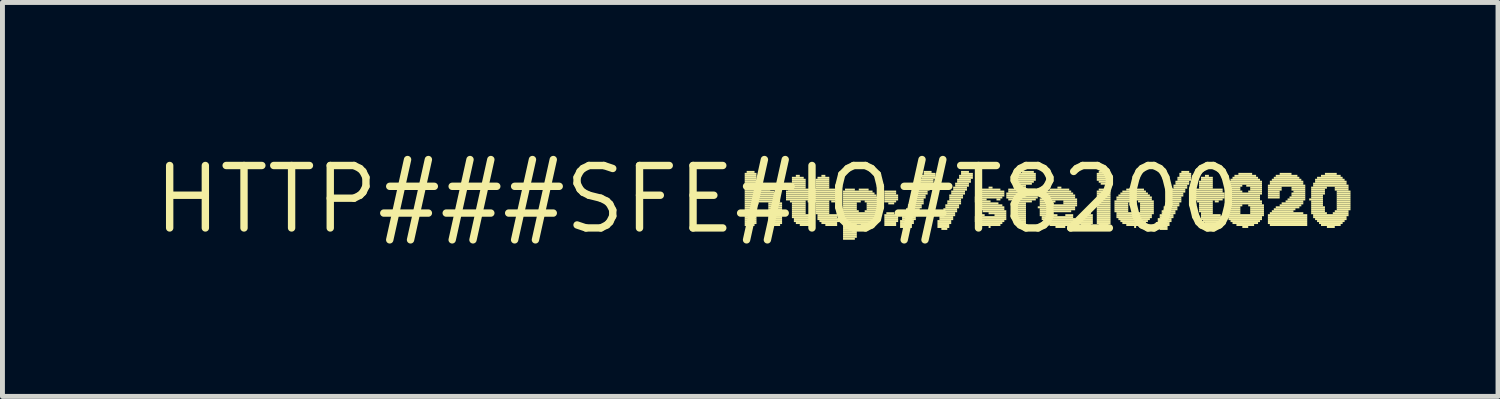
<source format=kicad_pcb>
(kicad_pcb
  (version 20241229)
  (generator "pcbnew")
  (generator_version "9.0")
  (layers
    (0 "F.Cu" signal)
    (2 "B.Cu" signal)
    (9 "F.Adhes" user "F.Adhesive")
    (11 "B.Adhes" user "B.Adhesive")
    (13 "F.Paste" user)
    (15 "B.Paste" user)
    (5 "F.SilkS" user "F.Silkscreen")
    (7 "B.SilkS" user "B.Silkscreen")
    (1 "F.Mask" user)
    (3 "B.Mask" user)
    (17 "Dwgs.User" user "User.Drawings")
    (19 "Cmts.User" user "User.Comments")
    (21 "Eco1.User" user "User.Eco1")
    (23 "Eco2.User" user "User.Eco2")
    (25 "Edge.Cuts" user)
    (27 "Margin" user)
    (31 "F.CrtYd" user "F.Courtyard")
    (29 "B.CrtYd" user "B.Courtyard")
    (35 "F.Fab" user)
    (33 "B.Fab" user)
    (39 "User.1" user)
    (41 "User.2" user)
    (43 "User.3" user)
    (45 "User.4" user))
  (footprint "HTTP###SFE#IO#T8200"
    (layer "F.Cu")
    (at 11.135 1.006)
    (property "Reference" "HTTP###SFE#IO#T8200" (at 0 0 0) (layer "F.SilkS") (effects (font (size 1.27 1.27) (thickness 0.15))))
    (fp_poly (pts (xy 0.96 -0.5) (xy 1.2 -0.5) (xy 1.2 -0.54) (xy 0.96 -0.54)) (stroke (width 0) (type default)) (fill yes) (layer "F.SilkS"))
    (fp_poly (pts (xy 0.96 -0.46) (xy 1.2 -0.46) (xy 1.2 -0.5) (xy 0.96 -0.5)) (stroke (width 0) (type default)) (fill yes) (layer "F.SilkS"))
    (fp_poly (pts (xy 0.96 -0.42) (xy 1.2 -0.42) (xy 1.2 -0.46) (xy 0.96 -0.46)) (stroke (width 0) (type default)) (fill yes) (layer "F.SilkS"))
    (fp_poly (pts (xy 0.96 -0.38) (xy 1.2 -0.38) (xy 1.2 -0.42) (xy 0.96 -0.42)) (stroke (width 0) (type default)) (fill yes) (layer "F.SilkS"))
    (fp_poly (pts (xy 0.96 -0.34) (xy 1.2 -0.34) (xy 1.2 -0.38) (xy 0.96 -0.38)) (stroke (width 0) (type default)) (fill yes) (layer "F.SilkS"))
    (fp_poly (pts (xy 0.96 -0.3) (xy 1.2 -0.3) (xy 1.2 -0.34) (xy 0.96 -0.34)) (stroke (width 0) (type default)) (fill yes) (layer "F.SilkS"))
    (fp_poly (pts (xy 0.96 -0.26) (xy 1.2 -0.26) (xy 1.2 -0.3) (xy 0.96 -0.3)) (stroke (width 0) (type default)) (fill yes) (layer "F.SilkS"))
    (fp_poly (pts (xy 0.96 -0.22) (xy 1.2 -0.22) (xy 1.2 -0.26) (xy 0.96 -0.26)) (stroke (width 0) (type default)) (fill yes) (layer "F.SilkS"))
    (fp_poly (pts (xy 0.96 -0.18) (xy 1.2 -0.18) (xy 1.2 -0.22) (xy 0.96 -0.22)) (stroke (width 0) (type default)) (fill yes) (layer "F.SilkS"))
    (fp_poly (pts (xy 0.96 -0.14) (xy 1.56 -0.14) (xy 1.56 -0.18) (xy 0.96 -0.18)) (stroke (width 0) (type default)) (fill yes) (layer "F.SilkS"))
    (fp_poly (pts (xy 0.96 -0.1) (xy 1.6 -0.1) (xy 1.6 -0.14) (xy 0.96 -0.14)) (stroke (width 0) (type default)) (fill yes) (layer "F.SilkS"))
    (fp_poly (pts (xy 0.96 -0.06) (xy 1.64 -0.06) (xy 1.64 -0.1) (xy 0.96 -0.1)) (stroke (width 0) (type default)) (fill yes) (layer "F.SilkS"))
    (fp_poly (pts (xy 0.96 -0.02) (xy 1.68 -0.02) (xy 1.68 -0.06) (xy 0.96 -0.06)) (stroke (width 0) (type default)) (fill yes) (layer "F.SilkS"))
    (fp_poly (pts (xy 0.96 0.02) (xy 1.68 0.02) (xy 1.68 -0.02) (xy 0.96 -0.02)) (stroke (width 0) (type default)) (fill yes) (layer "F.SilkS"))
    (fp_poly (pts (xy 0.96 0.06) (xy 1.68 0.06) (xy 1.68 0.02) (xy 0.96 0.02)) (stroke (width 0) (type default)) (fill yes) (layer "F.SilkS"))
    (fp_poly (pts (xy 0.96 0.1) (xy 1.24 0.1) (xy 1.24 0.06) (xy 0.96 0.06)) (stroke (width 0) (type default)) (fill yes) (layer "F.SilkS"))
    (fp_poly (pts (xy 0.96 0.14) (xy 1.2 0.14) (xy 1.2 0.1) (xy 0.96 0.1)) (stroke (width 0) (type default)) (fill yes) (layer "F.SilkS"))
    (fp_poly (pts (xy 0.96 0.18) (xy 1.2 0.18) (xy 1.2 0.14) (xy 0.96 0.14)) (stroke (width 0) (type default)) (fill yes) (layer "F.SilkS"))
    (fp_poly (pts (xy 0.96 0.22) (xy 1.2 0.22) (xy 1.2 0.18) (xy 0.96 0.18)) (stroke (width 0) (type default)) (fill yes) (layer "F.SilkS"))
    (fp_poly (pts (xy 0.96 0.26) (xy 1.2 0.26) (xy 1.2 0.22) (xy 0.96 0.22)) (stroke (width 0) (type default)) (fill yes) (layer "F.SilkS"))
    (fp_poly (pts (xy 0.96 0.3) (xy 1.2 0.3) (xy 1.2 0.26) (xy 0.96 0.26)) (stroke (width 0) (type default)) (fill yes) (layer "F.SilkS"))
    (fp_poly (pts (xy 0.96 0.34) (xy 1.2 0.34) (xy 1.2 0.3) (xy 0.96 0.3)) (stroke (width 0) (type default)) (fill yes) (layer "F.SilkS"))
    (fp_poly (pts (xy 0.96 0.38) (xy 1.2 0.38) (xy 1.2 0.34) (xy 0.96 0.34)) (stroke (width 0) (type default)) (fill yes) (layer "F.SilkS"))
    (fp_poly (pts (xy 0.96 0.42) (xy 1.2 0.42) (xy 1.2 0.38) (xy 0.96 0.38)) (stroke (width 0) (type default)) (fill yes) (layer "F.SilkS"))
    (fp_poly (pts (xy 0.96 0.46) (xy 1.2 0.46) (xy 1.2 0.42) (xy 0.96 0.42)) (stroke (width 0) (type default)) (fill yes) (layer "F.SilkS"))
    (fp_poly (pts (xy 0.96 0.5) (xy 1.2 0.5) (xy 1.2 0.46) (xy 0.96 0.46)) (stroke (width 0) (type default)) (fill yes) (layer "F.SilkS"))
    (fp_poly (pts (xy 0.96 0.54) (xy 1.16 0.54) (xy 1.16 0.5) (xy 0.96 0.5)) (stroke (width 0) (type default)) (fill yes) (layer "F.SilkS"))
    (fp_poly (pts (xy 1 -0.54) (xy 1.16 -0.54) (xy 1.16 -0.58) (xy 1 -0.58)) (stroke (width 0) (type default)) (fill yes) (layer "F.SilkS"))
    (fp_poly (pts (xy 1.28 -0.18) (xy 1.48 -0.18) (xy 1.48 -0.22) (xy 1.28 -0.22)) (stroke (width 0) (type default)) (fill yes) (layer "F.SilkS"))
    (fp_poly (pts (xy 1.44 0.1) (xy 1.72 0.1) (xy 1.72 0.06) (xy 1.44 0.06)) (stroke (width 0) (type default)) (fill yes) (layer "F.SilkS"))
    (fp_poly (pts (xy 1.44 0.14) (xy 1.72 0.14) (xy 1.72 0.1) (xy 1.44 0.1)) (stroke (width 0) (type default)) (fill yes) (layer "F.SilkS"))
    (fp_poly (pts (xy 1.44 0.18) (xy 1.72 0.18) (xy 1.72 0.14) (xy 1.44 0.14)) (stroke (width 0) (type default)) (fill yes) (layer "F.SilkS"))
    (fp_poly (pts (xy 1.44 0.22) (xy 1.72 0.22) (xy 1.72 0.18) (xy 1.44 0.18)) (stroke (width 0) (type default)) (fill yes) (layer "F.SilkS"))
    (fp_poly (pts (xy 1.44 0.26) (xy 1.72 0.26) (xy 1.72 0.22) (xy 1.44 0.22)) (stroke (width 0) (type default)) (fill yes) (layer "F.SilkS"))
    (fp_poly (pts (xy 1.44 0.3) (xy 1.72 0.3) (xy 1.72 0.26) (xy 1.44 0.26)) (stroke (width 0) (type default)) (fill yes) (layer "F.SilkS"))
    (fp_poly (pts (xy 1.44 0.34) (xy 1.72 0.34) (xy 1.72 0.3) (xy 1.44 0.3)) (stroke (width 0) (type default)) (fill yes) (layer "F.SilkS"))
    (fp_poly (pts (xy 1.44 0.38) (xy 1.72 0.38) (xy 1.72 0.34) (xy 1.44 0.34)) (stroke (width 0) (type default)) (fill yes) (layer "F.SilkS"))
    (fp_poly (pts (xy 1.44 0.42) (xy 1.72 0.42) (xy 1.72 0.38) (xy 1.44 0.38)) (stroke (width 0) (type default)) (fill yes) (layer "F.SilkS"))
    (fp_poly (pts (xy 1.44 0.46) (xy 1.72 0.46) (xy 1.72 0.42) (xy 1.44 0.42)) (stroke (width 0) (type default)) (fill yes) (layer "F.SilkS"))
    (fp_poly (pts (xy 1.44 0.5) (xy 1.72 0.5) (xy 1.72 0.46) (xy 1.44 0.46)) (stroke (width 0) (type default)) (fill yes) (layer "F.SilkS"))
    (fp_poly (pts (xy 1.48 0.54) (xy 1.68 0.54) (xy 1.68 0.5) (xy 1.48 0.5)) (stroke (width 0) (type default)) (fill yes) (layer "F.SilkS"))
    (fp_poly (pts (xy 1.8 -0.14) (xy 2.88 -0.14) (xy 2.88 -0.18) (xy 1.8 -0.18)) (stroke (width 0) (type default)) (fill yes) (layer "F.SilkS"))
    (fp_poly (pts (xy 1.8 -0.1) (xy 2.92 -0.1) (xy 2.92 -0.14) (xy 1.8 -0.14)) (stroke (width 0) (type default)) (fill yes) (layer "F.SilkS"))
    (fp_poly (pts (xy 1.8 -0.06) (xy 2.92 -0.06) (xy 2.92 -0.1) (xy 1.8 -0.1)) (stroke (width 0) (type default)) (fill yes) (layer "F.SilkS"))
    (fp_poly (pts (xy 1.8 -0.02) (xy 2.88 -0.02) (xy 2.88 -0.06) (xy 1.8 -0.06)) (stroke (width 0) (type default)) (fill yes) (layer "F.SilkS"))
    (fp_poly (pts (xy 1.8 0.02) (xy 2.88 0.02) (xy 2.88 -0.02) (xy 1.8 -0.02)) (stroke (width 0) (type default)) (fill yes) (layer "F.SilkS"))
    (fp_poly (pts (xy 1.84 -0.18) (xy 2.88 -0.18) (xy 2.88 -0.22) (xy 1.84 -0.22)) (stroke (width 0) (type default)) (fill yes) (layer "F.SilkS"))
    (fp_poly (pts (xy 1.88 0.06) (xy 2.2 0.06) (xy 2.2 0.02) (xy 1.88 0.02)) (stroke (width 0) (type default)) (fill yes) (layer "F.SilkS"))
    (fp_poly (pts (xy 1.92 -0.42) (xy 2.16 -0.42) (xy 2.16 -0.46) (xy 1.92 -0.46)) (stroke (width 0) (type default)) (fill yes) (layer "F.SilkS"))
    (fp_poly (pts (xy 1.92 -0.38) (xy 2.2 -0.38) (xy 2.2 -0.42) (xy 1.92 -0.42)) (stroke (width 0) (type default)) (fill yes) (layer "F.SilkS"))
    (fp_poly (pts (xy 1.92 -0.34) (xy 2.2 -0.34) (xy 2.2 -0.38) (xy 1.92 -0.38)) (stroke (width 0) (type default)) (fill yes) (layer "F.SilkS"))
    (fp_poly (pts (xy 1.92 -0.3) (xy 2.2 -0.3) (xy 2.2 -0.34) (xy 1.92 -0.34)) (stroke (width 0) (type default)) (fill yes) (layer "F.SilkS"))
    (fp_poly (pts (xy 1.92 -0.26) (xy 2.2 -0.26) (xy 2.2 -0.3) (xy 1.92 -0.3)) (stroke (width 0) (type default)) (fill yes) (layer "F.SilkS"))
    (fp_poly (pts (xy 1.92 -0.22) (xy 2.2 -0.22) (xy 2.2 -0.26) (xy 1.92 -0.26)) (stroke (width 0) (type default)) (fill yes) (layer "F.SilkS"))
    (fp_poly (pts (xy 1.92 0.1) (xy 2.2 0.1) (xy 2.2 0.06) (xy 1.92 0.06)) (stroke (width 0) (type default)) (fill yes) (layer "F.SilkS"))
    (fp_poly (pts (xy 1.92 0.14) (xy 2.2 0.14) (xy 2.2 0.1) (xy 1.92 0.1)) (stroke (width 0) (type default)) (fill yes) (layer "F.SilkS"))
    (fp_poly (pts (xy 1.92 0.18) (xy 2.2 0.18) (xy 2.2 0.14) (xy 1.92 0.14)) (stroke (width 0) (type default)) (fill yes) (layer "F.SilkS"))
    (fp_poly (pts (xy 1.92 0.22) (xy 2.2 0.22) (xy 2.2 0.18) (xy 1.92 0.18)) (stroke (width 0) (type default)) (fill yes) (layer "F.SilkS"))
    (fp_poly (pts (xy 1.92 0.26) (xy 2.2 0.26) (xy 2.2 0.22) (xy 1.92 0.22)) (stroke (width 0) (type default)) (fill yes) (layer "F.SilkS"))
    (fp_poly (pts (xy 1.92 0.3) (xy 2.2 0.3) (xy 2.2 0.26) (xy 1.92 0.26)) (stroke (width 0) (type default)) (fill yes) (layer "F.SilkS"))
    (fp_poly (pts (xy 1.92 0.34) (xy 2.32 0.34) (xy 2.32 0.3) (xy 1.92 0.3)) (stroke (width 0) (type default)) (fill yes) (layer "F.SilkS"))
    (fp_poly (pts (xy 1.92 0.38) (xy 2.36 0.38) (xy 2.36 0.34) (xy 1.92 0.34)) (stroke (width 0) (type default)) (fill yes) (layer "F.SilkS"))
    (fp_poly (pts (xy 1.96 0.42) (xy 2.36 0.42) (xy 2.36 0.38) (xy 1.96 0.38)) (stroke (width 0) (type default)) (fill yes) (layer "F.SilkS"))
    (fp_poly (pts (xy 1.96 0.46) (xy 2.36 0.46) (xy 2.36 0.42) (xy 1.96 0.42)) (stroke (width 0) (type default)) (fill yes) (layer "F.SilkS"))
    (fp_poly (pts (xy 2 -0.46) (xy 2.08 -0.46) (xy 2.08 -0.5) (xy 2 -0.5)) (stroke (width 0) (type default)) (fill yes) (layer "F.SilkS"))
    (fp_poly (pts (xy 2 0.5) (xy 2.36 0.5) (xy 2.36 0.46) (xy 2 0.46)) (stroke (width 0) (type default)) (fill yes) (layer "F.SilkS"))
    (fp_poly (pts (xy 2.08 0.54) (xy 2.32 0.54) (xy 2.32 0.5) (xy 2.08 0.5)) (stroke (width 0) (type default)) (fill yes) (layer "F.SilkS"))
    (fp_poly (pts (xy 2.24 0.06) (xy 2.68 0.06) (xy 2.68 0.02) (xy 2.24 0.02)) (stroke (width 0) (type default)) (fill yes) (layer "F.SilkS"))
    (fp_poly (pts (xy 2.4 -0.38) (xy 2.68 -0.38) (xy 2.68 -0.42) (xy 2.4 -0.42)) (stroke (width 0) (type default)) (fill yes) (layer "F.SilkS"))
    (fp_poly (pts (xy 2.4 -0.34) (xy 2.68 -0.34) (xy 2.68 -0.38) (xy 2.4 -0.38)) (stroke (width 0) (type default)) (fill yes) (layer "F.SilkS"))
    (fp_poly (pts (xy 2.4 -0.3) (xy 2.68 -0.3) (xy 2.68 -0.34) (xy 2.4 -0.34)) (stroke (width 0) (type default)) (fill yes) (layer "F.SilkS"))
    (fp_poly (pts (xy 2.4 -0.26) (xy 2.68 -0.26) (xy 2.68 -0.3) (xy 2.4 -0.3)) (stroke (width 0) (type default)) (fill yes) (layer "F.SilkS"))
    (fp_poly (pts (xy 2.4 -0.22) (xy 2.68 -0.22) (xy 2.68 -0.26) (xy 2.4 -0.26)) (stroke (width 0) (type default)) (fill yes) (layer "F.SilkS"))
    (fp_poly (pts (xy 2.4 0.1) (xy 2.68 0.1) (xy 2.68 0.06) (xy 2.4 0.06)) (stroke (width 0) (type default)) (fill yes) (layer "F.SilkS"))
    (fp_poly (pts (xy 2.4 0.14) (xy 2.68 0.14) (xy 2.68 0.1) (xy 2.4 0.1)) (stroke (width 0) (type default)) (fill yes) (layer "F.SilkS"))
    (fp_poly (pts (xy 2.4 0.18) (xy 2.68 0.18) (xy 2.68 0.14) (xy 2.4 0.14)) (stroke (width 0) (type default)) (fill yes) (layer "F.SilkS"))
    (fp_poly (pts (xy 2.4 0.22) (xy 2.68 0.22) (xy 2.68 0.18) (xy 2.4 0.18)) (stroke (width 0) (type default)) (fill yes) (layer "F.SilkS"))
    (fp_poly (pts (xy 2.4 0.26) (xy 2.68 0.26) (xy 2.68 0.22) (xy 2.4 0.22)) (stroke (width 0) (type default)) (fill yes) (layer "F.SilkS"))
    (fp_poly (pts (xy 2.4 0.3) (xy 2.68 0.3) (xy 2.68 0.26) (xy 2.4 0.26)) (stroke (width 0) (type default)) (fill yes) (layer "F.SilkS"))
    (fp_poly (pts (xy 2.44 -0.42) (xy 2.68 -0.42) (xy 2.68 -0.46) (xy 2.44 -0.46)) (stroke (width 0) (type default)) (fill yes) (layer "F.SilkS"))
    (fp_poly (pts (xy 2.44 0.34) (xy 2.84 0.34) (xy 2.84 0.3) (xy 2.44 0.3)) (stroke (width 0) (type default)) (fill yes) (layer "F.SilkS"))
    (fp_poly (pts (xy 2.44 0.38) (xy 2.84 0.38) (xy 2.84 0.34) (xy 2.44 0.34)) (stroke (width 0) (type default)) (fill yes) (layer "F.SilkS"))
    (fp_poly (pts (xy 2.44 0.42) (xy 2.88 0.42) (xy 2.88 0.38) (xy 2.44 0.38)) (stroke (width 0) (type default)) (fill yes) (layer "F.SilkS"))
    (fp_poly (pts (xy 2.48 0.46) (xy 2.88 0.46) (xy 2.88 0.42) (xy 2.48 0.42)) (stroke (width 0) (type default)) (fill yes) (layer "F.SilkS"))
    (fp_poly (pts (xy 2.52 -0.46) (xy 2.6 -0.46) (xy 2.6 -0.5) (xy 2.52 -0.5)) (stroke (width 0) (type default)) (fill yes) (layer "F.SilkS"))
    (fp_poly (pts (xy 2.52 0.5) (xy 2.84 0.5) (xy 2.84 0.46) (xy 2.52 0.46)) (stroke (width 0) (type default)) (fill yes) (layer "F.SilkS"))
    (fp_poly (pts (xy 2.6 0.54) (xy 2.84 0.54) (xy 2.84 0.5) (xy 2.6 0.5)) (stroke (width 0) (type default)) (fill yes) (layer "F.SilkS"))
    (fp_poly (pts (xy 2.72 0.06) (xy 2.8 0.06) (xy 2.8 0.02) (xy 2.72 0.02)) (stroke (width 0) (type default)) (fill yes) (layer "F.SilkS"))
    (fp_poly (pts (xy 2.96 -0.14) (xy 3.56 -0.14) (xy 3.56 -0.18) (xy 2.96 -0.18)) (stroke (width 0) (type default)) (fill yes) (layer "F.SilkS"))
    (fp_poly (pts (xy 2.96 -0.1) (xy 3.6 -0.1) (xy 3.6 -0.14) (xy 2.96 -0.14)) (stroke (width 0) (type default)) (fill yes) (layer "F.SilkS"))
    (fp_poly (pts (xy 2.96 -0.06) (xy 3.64 -0.06) (xy 3.64 -0.1) (xy 2.96 -0.1)) (stroke (width 0) (type default)) (fill yes) (layer "F.SilkS"))
    (fp_poly (pts (xy 2.96 -0.02) (xy 3.68 -0.02) (xy 3.68 -0.06) (xy 2.96 -0.06)) (stroke (width 0) (type default)) (fill yes) (layer "F.SilkS"))
    (fp_poly (pts (xy 2.96 0.02) (xy 3.68 0.02) (xy 3.68 -0.02) (xy 2.96 -0.02)) (stroke (width 0) (type default)) (fill yes) (layer "F.SilkS"))
    (fp_poly (pts (xy 2.96 0.06) (xy 3.32 0.06) (xy 3.32 0.02) (xy 2.96 0.02)) (stroke (width 0) (type default)) (fill yes) (layer "F.SilkS"))
    (fp_poly (pts (xy 2.96 0.1) (xy 3.24 0.1) (xy 3.24 0.06) (xy 2.96 0.06)) (stroke (width 0) (type default)) (fill yes) (layer "F.SilkS"))
    (fp_poly (pts (xy 2.96 0.14) (xy 3.24 0.14) (xy 3.24 0.1) (xy 2.96 0.1)) (stroke (width 0) (type default)) (fill yes) (layer "F.SilkS"))
    (fp_poly (pts (xy 2.96 0.18) (xy 3.24 0.18) (xy 3.24 0.14) (xy 2.96 0.14)) (stroke (width 0) (type default)) (fill yes) (layer "F.SilkS"))
    (fp_poly (pts (xy 2.96 0.22) (xy 3.24 0.22) (xy 3.24 0.18) (xy 2.96 0.18)) (stroke (width 0) (type default)) (fill yes) (layer "F.SilkS"))
    (fp_poly (pts (xy 2.96 0.26) (xy 3.28 0.26) (xy 3.28 0.22) (xy 2.96 0.22)) (stroke (width 0) (type default)) (fill yes) (layer "F.SilkS"))
    (fp_poly (pts (xy 2.96 0.3) (xy 3.68 0.3) (xy 3.68 0.26) (xy 2.96 0.26)) (stroke (width 0) (type default)) (fill yes) (layer "F.SilkS"))
    (fp_poly (pts (xy 2.96 0.34) (xy 3.68 0.34) (xy 3.68 0.3) (xy 2.96 0.3)) (stroke (width 0) (type default)) (fill yes) (layer "F.SilkS"))
    (fp_poly (pts (xy 2.96 0.38) (xy 3.64 0.38) (xy 3.64 0.34) (xy 2.96 0.34)) (stroke (width 0) (type default)) (fill yes) (layer "F.SilkS"))
    (fp_poly (pts (xy 2.96 0.42) (xy 3.64 0.42) (xy 3.64 0.38) (xy 2.96 0.38)) (stroke (width 0) (type default)) (fill yes) (layer "F.SilkS"))
    (fp_poly (pts (xy 2.96 0.46) (xy 3.6 0.46) (xy 3.6 0.42) (xy 2.96 0.42)) (stroke (width 0) (type default)) (fill yes) (layer "F.SilkS"))
    (fp_poly (pts (xy 2.96 0.5) (xy 3.52 0.5) (xy 3.52 0.46) (xy 2.96 0.46)) (stroke (width 0) (type default)) (fill yes) (layer "F.SilkS"))
    (fp_poly (pts (xy 2.96 0.54) (xy 3.24 0.54) (xy 3.24 0.5) (xy 2.96 0.5)) (stroke (width 0) (type default)) (fill yes) (layer "F.SilkS"))
    (fp_poly (pts (xy 2.96 0.58) (xy 3.24 0.58) (xy 3.24 0.54) (xy 2.96 0.54)) (stroke (width 0) (type default)) (fill yes) (layer "F.SilkS"))
    (fp_poly (pts (xy 2.96 0.62) (xy 3.24 0.62) (xy 3.24 0.58) (xy 2.96 0.58)) (stroke (width 0) (type default)) (fill yes) (layer "F.SilkS"))
    (fp_poly (pts (xy 2.96 0.66) (xy 3.24 0.66) (xy 3.24 0.62) (xy 2.96 0.62)) (stroke (width 0) (type default)) (fill yes) (layer "F.SilkS"))
    (fp_poly (pts (xy 2.96 0.7) (xy 3.24 0.7) (xy 3.24 0.66) (xy 2.96 0.66)) (stroke (width 0) (type default)) (fill yes) (layer "F.SilkS"))
    (fp_poly (pts (xy 2.96 0.74) (xy 3.24 0.74) (xy 3.24 0.7) (xy 2.96 0.7)) (stroke (width 0) (type default)) (fill yes) (layer "F.SilkS"))
    (fp_poly (pts (xy 2.96 0.78) (xy 3.24 0.78) (xy 3.24 0.74) (xy 2.96 0.74)) (stroke (width 0) (type default)) (fill yes) (layer "F.SilkS"))
    (fp_poly (pts (xy 2.96 0.82) (xy 3.2 0.82) (xy 3.2 0.78) (xy 2.96 0.78)) (stroke (width 0) (type default)) (fill yes) (layer "F.SilkS"))
    (fp_poly (pts (xy 3 -0.18) (xy 3.2 -0.18) (xy 3.2 -0.22) (xy 3 -0.22)) (stroke (width 0) (type default)) (fill yes) (layer "F.SilkS"))
    (fp_poly (pts (xy 3.28 -0.18) (xy 3.48 -0.18) (xy 3.48 -0.22) (xy 3.28 -0.22)) (stroke (width 0) (type default)) (fill yes) (layer "F.SilkS"))
    (fp_poly (pts (xy 3.32 0.54) (xy 3.44 0.54) (xy 3.44 0.5) (xy 3.32 0.5)) (stroke (width 0) (type default)) (fill yes) (layer "F.SilkS"))
    (fp_poly (pts (xy 3.4 0.06) (xy 3.72 0.06) (xy 3.72 0.02) (xy 3.4 0.02)) (stroke (width 0) (type default)) (fill yes) (layer "F.SilkS"))
    (fp_poly (pts (xy 3.4 0.26) (xy 3.72 0.26) (xy 3.72 0.22) (xy 3.4 0.22)) (stroke (width 0) (type default)) (fill yes) (layer "F.SilkS"))
    (fp_poly (pts (xy 3.44 0.1) (xy 3.72 0.1) (xy 3.72 0.06) (xy 3.44 0.06)) (stroke (width 0) (type default)) (fill yes) (layer "F.SilkS"))
    (fp_poly (pts (xy 3.44 0.14) (xy 3.72 0.14) (xy 3.72 0.1) (xy 3.44 0.1)) (stroke (width 0) (type default)) (fill yes) (layer "F.SilkS"))
    (fp_poly (pts (xy 3.44 0.18) (xy 3.72 0.18) (xy 3.72 0.14) (xy 3.44 0.14)) (stroke (width 0) (type default)) (fill yes) (layer "F.SilkS"))
    (fp_poly (pts (xy 3.44 0.22) (xy 3.72 0.22) (xy 3.72 0.18) (xy 3.44 0.18)) (stroke (width 0) (type default)) (fill yes) (layer "F.SilkS"))
    (fp_poly (pts (xy 3.8 -0.14) (xy 4.04 -0.14) (xy 4.04 -0.18) (xy 3.8 -0.18)) (stroke (width 0) (type default)) (fill yes) (layer "F.SilkS"))
    (fp_poly (pts (xy 3.8 -0.1) (xy 4.04 -0.1) (xy 4.04 -0.14) (xy 3.8 -0.14)) (stroke (width 0) (type default)) (fill yes) (layer "F.SilkS"))
    (fp_poly (pts (xy 3.8 -0.06) (xy 4.08 -0.06) (xy 4.08 -0.1) (xy 3.8 -0.1)) (stroke (width 0) (type default)) (fill yes) (layer "F.SilkS"))
    (fp_poly (pts (xy 3.8 -0.02) (xy 4.08 -0.02) (xy 4.08 -0.06) (xy 3.8 -0.06)) (stroke (width 0) (type default)) (fill yes) (layer "F.SilkS"))
    (fp_poly (pts (xy 3.8 0.02) (xy 4.08 0.02) (xy 4.08 -0.02) (xy 3.8 -0.02)) (stroke (width 0) (type default)) (fill yes) (layer "F.SilkS"))
    (fp_poly (pts (xy 3.8 0.06) (xy 4.04 0.06) (xy 4.04 0.02) (xy 3.8 0.02)) (stroke (width 0) (type default)) (fill yes) (layer "F.SilkS"))
    (fp_poly (pts (xy 3.8 0.34) (xy 4.04 0.34) (xy 4.04 0.3) (xy 3.8 0.3)) (stroke (width 0) (type default)) (fill yes) (layer "F.SilkS"))
    (fp_poly (pts (xy 3.8 0.38) (xy 4.08 0.38) (xy 4.08 0.34) (xy 3.8 0.34)) (stroke (width 0) (type default)) (fill yes) (layer "F.SilkS"))
    (fp_poly (pts (xy 3.8 0.42) (xy 4.08 0.42) (xy 4.08 0.38) (xy 3.8 0.38)) (stroke (width 0) (type default)) (fill yes) (layer "F.SilkS"))
    (fp_poly (pts (xy 3.8 0.46) (xy 4.08 0.46) (xy 4.08 0.42) (xy 3.8 0.42)) (stroke (width 0) (type default)) (fill yes) (layer "F.SilkS"))
    (fp_poly (pts (xy 3.8 0.5) (xy 4.04 0.5) (xy 4.04 0.46) (xy 3.8 0.46)) (stroke (width 0) (type default)) (fill yes) (layer "F.SilkS"))
    (fp_poly (pts (xy 3.8 0.54) (xy 4.04 0.54) (xy 4.04 0.5) (xy 3.8 0.5)) (stroke (width 0) (type default)) (fill yes) (layer "F.SilkS"))
    (fp_poly (pts (xy 3.84 0.3) (xy 4 0.3) (xy 4 0.26) (xy 3.84 0.26)) (stroke (width 0) (type default)) (fill yes) (layer "F.SilkS"))
    (fp_poly (pts (xy 3.88 0.1) (xy 4 0.1) (xy 4 0.06) (xy 3.88 0.06)) (stroke (width 0) (type default)) (fill yes) (layer "F.SilkS"))
    (fp_poly (pts (xy 4.12 0.46) (xy 4.4 0.46) (xy 4.4 0.42) (xy 4.12 0.42)) (stroke (width 0) (type default)) (fill yes) (layer "F.SilkS"))
    (fp_poly (pts (xy 4.12 0.5) (xy 4.4 0.5) (xy 4.4 0.46) (xy 4.12 0.46)) (stroke (width 0) (type default)) (fill yes) (layer "F.SilkS"))
    (fp_poly (pts (xy 4.12 0.54) (xy 4.36 0.54) (xy 4.36 0.5) (xy 4.12 0.5)) (stroke (width 0) (type default)) (fill yes) (layer "F.SilkS"))
    (fp_poly (pts (xy 4.12 0.58) (xy 4.36 0.58) (xy 4.36 0.54) (xy 4.12 0.54)) (stroke (width 0) (type default)) (fill yes) (layer "F.SilkS"))
    (fp_poly (pts (xy 4.16 0.38) (xy 4.44 0.38) (xy 4.44 0.34) (xy 4.16 0.34)) (stroke (width 0) (type default)) (fill yes) (layer "F.SilkS"))
    (fp_poly (pts (xy 4.16 0.42) (xy 4.44 0.42) (xy 4.44 0.38) (xy 4.16 0.38)) (stroke (width 0) (type default)) (fill yes) (layer "F.SilkS"))
    (fp_poly (pts (xy 4.2 0.3) (xy 4.48 0.3) (xy 4.48 0.26) (xy 4.2 0.26)) (stroke (width 0) (type default)) (fill yes) (layer "F.SilkS"))
    (fp_poly (pts (xy 4.2 0.34) (xy 4.48 0.34) (xy 4.48 0.3) (xy 4.2 0.3)) (stroke (width 0) (type default)) (fill yes) (layer "F.SilkS"))
    (fp_poly (pts (xy 4.2 0.62) (xy 4.32 0.62) (xy 4.32 0.58) (xy 4.2 0.58)) (stroke (width 0) (type default)) (fill yes) (layer "F.SilkS"))
    (fp_poly (pts (xy 4.24 0.22) (xy 4.52 0.22) (xy 4.52 0.18) (xy 4.24 0.18)) (stroke (width 0) (type default)) (fill yes) (layer "F.SilkS"))
    (fp_poly (pts (xy 4.24 0.26) (xy 4.52 0.26) (xy 4.52 0.22) (xy 4.24 0.22)) (stroke (width 0) (type default)) (fill yes) (layer "F.SilkS"))
    (fp_poly (pts (xy 4.28 0.14) (xy 4.56 0.14) (xy 4.56 0.1) (xy 4.28 0.1)) (stroke (width 0) (type default)) (fill yes) (layer "F.SilkS"))
    (fp_poly (pts (xy 4.28 0.18) (xy 4.56 0.18) (xy 4.56 0.14) (xy 4.28 0.14)) (stroke (width 0) (type default)) (fill yes) (layer "F.SilkS"))
    (fp_poly (pts (xy 4.32 0.06) (xy 4.6 0.06) (xy 4.6 0.02) (xy 4.32 0.02)) (stroke (width 0) (type default)) (fill yes) (layer "F.SilkS"))
    (fp_poly (pts (xy 4.32 0.1) (xy 4.6 0.1) (xy 4.6 0.06) (xy 4.32 0.06)) (stroke (width 0) (type default)) (fill yes) (layer "F.SilkS"))
    (fp_poly (pts (xy 4.36 -0.06) (xy 4.64 -0.06) (xy 4.64 -0.1) (xy 4.36 -0.1)) (stroke (width 0) (type default)) (fill yes) (layer "F.SilkS"))
    (fp_poly (pts (xy 4.36 -0.02) (xy 4.64 -0.02) (xy 4.64 -0.06) (xy 4.36 -0.06)) (stroke (width 0) (type default)) (fill yes) (layer "F.SilkS"))
    (fp_poly (pts (xy 4.36 0.02) (xy 4.6 0.02) (xy 4.6 -0.02) (xy 4.36 -0.02)) (stroke (width 0) (type default)) (fill yes) (layer "F.SilkS"))
    (fp_poly (pts (xy 4.4 -0.14) (xy 4.68 -0.14) (xy 4.68 -0.18) (xy 4.4 -0.18)) (stroke (width 0) (type default)) (fill yes) (layer "F.SilkS"))
    (fp_poly (pts (xy 4.4 -0.1) (xy 4.68 -0.1) (xy 4.68 -0.14) (xy 4.4 -0.14)) (stroke (width 0) (type default)) (fill yes) (layer "F.SilkS"))
    (fp_poly (pts (xy 4.44 -0.22) (xy 4.72 -0.22) (xy 4.72 -0.26) (xy 4.44 -0.26)) (stroke (width 0) (type default)) (fill yes) (layer "F.SilkS"))
    (fp_poly (pts (xy 4.44 -0.18) (xy 4.72 -0.18) (xy 4.72 -0.22) (xy 4.44 -0.22)) (stroke (width 0) (type default)) (fill yes) (layer "F.SilkS"))
    (fp_poly (pts (xy 4.48 -0.3) (xy 4.76 -0.3) (xy 4.76 -0.34) (xy 4.48 -0.34)) (stroke (width 0) (type default)) (fill yes) (layer "F.SilkS"))
    (fp_poly (pts (xy 4.48 -0.26) (xy 4.76 -0.26) (xy 4.76 -0.3) (xy 4.48 -0.3)) (stroke (width 0) (type default)) (fill yes) (layer "F.SilkS"))
    (fp_poly (pts (xy 4.52 -0.38) (xy 4.8 -0.38) (xy 4.8 -0.42) (xy 4.52 -0.42)) (stroke (width 0) (type default)) (fill yes) (layer "F.SilkS"))
    (fp_poly (pts (xy 4.52 -0.34) (xy 4.8 -0.34) (xy 4.8 -0.38) (xy 4.52 -0.38)) (stroke (width 0) (type default)) (fill yes) (layer "F.SilkS"))
    (fp_poly (pts (xy 4.56 -0.46) (xy 4.84 -0.46) (xy 4.84 -0.5) (xy 4.56 -0.5)) (stroke (width 0) (type default)) (fill yes) (layer "F.SilkS"))
    (fp_poly (pts (xy 4.56 -0.42) (xy 4.84 -0.42) (xy 4.84 -0.46) (xy 4.56 -0.46)) (stroke (width 0) (type default)) (fill yes) (layer "F.SilkS"))
    (fp_poly (pts (xy 4.6 -0.54) (xy 4.76 -0.54) (xy 4.76 -0.58) (xy 4.6 -0.58)) (stroke (width 0) (type default)) (fill yes) (layer "F.SilkS"))
    (fp_poly (pts (xy 4.6 -0.5) (xy 4.84 -0.5) (xy 4.84 -0.54) (xy 4.6 -0.54)) (stroke (width 0) (type default)) (fill yes) (layer "F.SilkS"))
    (fp_poly (pts (xy 4.88 0.46) (xy 5.16 0.46) (xy 5.16 0.42) (xy 4.88 0.42)) (stroke (width 0) (type default)) (fill yes) (layer "F.SilkS"))
    (fp_poly (pts (xy 4.88 0.5) (xy 5.16 0.5) (xy 5.16 0.46) (xy 4.88 0.46)) (stroke (width 0) (type default)) (fill yes) (layer "F.SilkS"))
    (fp_poly (pts (xy 4.88 0.54) (xy 5.12 0.54) (xy 5.12 0.5) (xy 4.88 0.5)) (stroke (width 0) (type default)) (fill yes) (layer "F.SilkS"))
    (fp_poly (pts (xy 4.88 0.58) (xy 5.12 0.58) (xy 5.12 0.54) (xy 4.88 0.54)) (stroke (width 0) (type default)) (fill yes) (layer "F.SilkS"))
    (fp_poly (pts (xy 4.92 0.38) (xy 5.2 0.38) (xy 5.2 0.34) (xy 4.92 0.34)) (stroke (width 0) (type default)) (fill yes) (layer "F.SilkS"))
    (fp_poly (pts (xy 4.92 0.42) (xy 5.2 0.42) (xy 5.2 0.38) (xy 4.92 0.38)) (stroke (width 0) (type default)) (fill yes) (layer "F.SilkS"))
    (fp_poly (pts (xy 4.96 0.3) (xy 5.24 0.3) (xy 5.24 0.26) (xy 4.96 0.26)) (stroke (width 0) (type default)) (fill yes) (layer "F.SilkS"))
    (fp_poly (pts (xy 4.96 0.34) (xy 5.24 0.34) (xy 5.24 0.3) (xy 4.96 0.3)) (stroke (width 0) (type default)) (fill yes) (layer "F.SilkS"))
    (fp_poly (pts (xy 4.96 0.62) (xy 5.08 0.62) (xy 5.08 0.58) (xy 4.96 0.58)) (stroke (width 0) (type default)) (fill yes) (layer "F.SilkS"))
    (fp_poly (pts (xy 5 0.22) (xy 5.28 0.22) (xy 5.28 0.18) (xy 5 0.18)) (stroke (width 0) (type default)) (fill yes) (layer "F.SilkS"))
    (fp_poly (pts (xy 5 0.26) (xy 5.28 0.26) (xy 5.28 0.22) (xy 5 0.22)) (stroke (width 0) (type default)) (fill yes) (layer "F.SilkS"))
    (fp_poly (pts (xy 5.04 0.14) (xy 5.32 0.14) (xy 5.32 0.1) (xy 5.04 0.1)) (stroke (width 0) (type default)) (fill yes) (layer "F.SilkS"))
    (fp_poly (pts (xy 5.04 0.18) (xy 5.32 0.18) (xy 5.32 0.14) (xy 5.04 0.14)) (stroke (width 0) (type default)) (fill yes) (layer "F.SilkS"))
    (fp_poly (pts (xy 5.08 0.06) (xy 5.36 0.06) (xy 5.36 0.02) (xy 5.08 0.02)) (stroke (width 0) (type default)) (fill yes) (layer "F.SilkS"))
    (fp_poly (pts (xy 5.08 0.1) (xy 5.36 0.1) (xy 5.36 0.06) (xy 5.08 0.06)) (stroke (width 0) (type default)) (fill yes) (layer "F.SilkS"))
    (fp_poly (pts (xy 5.12 -0.06) (xy 5.4 -0.06) (xy 5.4 -0.1) (xy 5.12 -0.1)) (stroke (width 0) (type default)) (fill yes) (layer "F.SilkS"))
    (fp_poly (pts (xy 5.12 -0.02) (xy 5.4 -0.02) (xy 5.4 -0.06) (xy 5.12 -0.06)) (stroke (width 0) (type default)) (fill yes) (layer "F.SilkS"))
    (fp_poly (pts (xy 5.12 0.02) (xy 5.36 0.02) (xy 5.36 -0.02) (xy 5.12 -0.02)) (stroke (width 0) (type default)) (fill yes) (layer "F.SilkS"))
    (fp_poly (pts (xy 5.16 -0.14) (xy 5.44 -0.14) (xy 5.44 -0.18) (xy 5.16 -0.18)) (stroke (width 0) (type default)) (fill yes) (layer "F.SilkS"))
    (fp_poly (pts (xy 5.16 -0.1) (xy 5.44 -0.1) (xy 5.44 -0.14) (xy 5.16 -0.14)) (stroke (width 0) (type default)) (fill yes) (layer "F.SilkS"))
    (fp_poly (pts (xy 5.2 -0.22) (xy 5.48 -0.22) (xy 5.48 -0.26) (xy 5.2 -0.26)) (stroke (width 0) (type default)) (fill yes) (layer "F.SilkS"))
    (fp_poly (pts (xy 5.2 -0.18) (xy 5.48 -0.18) (xy 5.48 -0.22) (xy 5.2 -0.22)) (stroke (width 0) (type default)) (fill yes) (layer "F.SilkS"))
    (fp_poly (pts (xy 5.24 -0.3) (xy 5.52 -0.3) (xy 5.52 -0.34) (xy 5.24 -0.34)) (stroke (width 0) (type default)) (fill yes) (layer "F.SilkS"))
    (fp_poly (pts (xy 5.24 -0.26) (xy 5.52 -0.26) (xy 5.52 -0.3) (xy 5.24 -0.3)) (stroke (width 0) (type default)) (fill yes) (layer "F.SilkS"))
    (fp_poly (pts (xy 5.28 -0.38) (xy 5.56 -0.38) (xy 5.56 -0.42) (xy 5.28 -0.42)) (stroke (width 0) (type default)) (fill yes) (layer "F.SilkS"))
    (fp_poly (pts (xy 5.28 -0.34) (xy 5.56 -0.34) (xy 5.56 -0.38) (xy 5.28 -0.38)) (stroke (width 0) (type default)) (fill yes) (layer "F.SilkS"))
    (fp_poly (pts (xy 5.32 -0.46) (xy 5.6 -0.46) (xy 5.6 -0.5) (xy 5.32 -0.5)) (stroke (width 0) (type default)) (fill yes) (layer "F.SilkS"))
    (fp_poly (pts (xy 5.32 -0.42) (xy 5.6 -0.42) (xy 5.6 -0.46) (xy 5.32 -0.46)) (stroke (width 0) (type default)) (fill yes) (layer "F.SilkS"))
    (fp_poly (pts (xy 5.36 -0.54) (xy 5.52 -0.54) (xy 5.52 -0.58) (xy 5.36 -0.58)) (stroke (width 0) (type default)) (fill yes) (layer "F.SilkS"))
    (fp_poly (pts (xy 5.36 -0.5) (xy 5.6 -0.5) (xy 5.6 -0.54) (xy 5.36 -0.54)) (stroke (width 0) (type default)) (fill yes) (layer "F.SilkS"))
    (fp_poly (pts (xy 5.64 -0.02) (xy 6.2 -0.02) (xy 6.2 -0.06) (xy 5.64 -0.06)) (stroke (width 0) (type default)) (fill yes) (layer "F.SilkS"))
    (fp_poly (pts (xy 5.64 0.02) (xy 5.88 0.02) (xy 5.88 -0.02) (xy 5.64 -0.02)) (stroke (width 0) (type default)) (fill yes) (layer "F.SilkS"))
    (fp_poly (pts (xy 5.64 0.06) (xy 5.96 0.06) (xy 5.96 0.02) (xy 5.64 0.02)) (stroke (width 0) (type default)) (fill yes) (layer "F.SilkS"))
    (fp_poly (pts (xy 5.64 0.38) (xy 6.28 0.38) (xy 6.28 0.34) (xy 5.64 0.34)) (stroke (width 0) (type default)) (fill yes) (layer "F.SilkS"))
    (fp_poly (pts (xy 5.64 0.42) (xy 6.28 0.42) (xy 6.28 0.38) (xy 5.64 0.38)) (stroke (width 0) (type default)) (fill yes) (layer "F.SilkS"))
    (fp_poly (pts (xy 5.64 0.46) (xy 6.24 0.46) (xy 6.24 0.42) (xy 5.64 0.42)) (stroke (width 0) (type default)) (fill yes) (layer "F.SilkS"))
    (fp_poly (pts (xy 5.68 -0.1) (xy 6.24 -0.1) (xy 6.24 -0.14) (xy 5.68 -0.14)) (stroke (width 0) (type default)) (fill yes) (layer "F.SilkS"))
    (fp_poly (pts (xy 5.68 -0.06) (xy 6.24 -0.06) (xy 6.24 -0.1) (xy 5.68 -0.1)) (stroke (width 0) (type default)) (fill yes) (layer "F.SilkS"))
    (fp_poly (pts (xy 5.68 0.1) (xy 6.12 0.1) (xy 6.12 0.06) (xy 5.68 0.06)) (stroke (width 0) (type default)) (fill yes) (layer "F.SilkS"))
    (fp_poly (pts (xy 5.68 0.14) (xy 6.2 0.14) (xy 6.2 0.1) (xy 5.68 0.1)) (stroke (width 0) (type default)) (fill yes) (layer "F.SilkS"))
    (fp_poly (pts (xy 5.68 0.34) (xy 5.84 0.34) (xy 5.84 0.3) (xy 5.68 0.3)) (stroke (width 0) (type default)) (fill yes) (layer "F.SilkS"))
    (fp_poly (pts (xy 5.68 0.5) (xy 6.2 0.5) (xy 6.2 0.46) (xy 5.68 0.46)) (stroke (width 0) (type default)) (fill yes) (layer "F.SilkS"))
    (fp_poly (pts (xy 5.72 -0.14) (xy 6.24 -0.14) (xy 6.24 -0.18) (xy 5.72 -0.18)) (stroke (width 0) (type default)) (fill yes) (layer "F.SilkS"))
    (fp_poly (pts (xy 5.72 0.18) (xy 6.24 0.18) (xy 6.24 0.14) (xy 5.72 0.14)) (stroke (width 0) (type default)) (fill yes) (layer "F.SilkS"))
    (fp_poly (pts (xy 5.72 0.22) (xy 6.24 0.22) (xy 6.24 0.18) (xy 5.72 0.18)) (stroke (width 0) (type default)) (fill yes) (layer "F.SilkS"))
    (fp_poly (pts (xy 5.72 0.3) (xy 5.76 0.3) (xy 5.76 0.26) (xy 5.72 0.26)) (stroke (width 0) (type default)) (fill yes) (layer "F.SilkS"))
    (fp_poly (pts (xy 5.76 -0.18) (xy 6.16 -0.18) (xy 6.16 -0.22) (xy 5.76 -0.22)) (stroke (width 0) (type default)) (fill yes) (layer "F.SilkS"))
    (fp_poly (pts (xy 5.76 0.54) (xy 6.16 0.54) (xy 6.16 0.5) (xy 5.76 0.5)) (stroke (width 0) (type default)) (fill yes) (layer "F.SilkS"))
    (fp_poly (pts (xy 5.8 0.26) (xy 6.28 0.26) (xy 6.28 0.22) (xy 5.8 0.22)) (stroke (width 0) (type default)) (fill yes) (layer "F.SilkS"))
    (fp_poly (pts (xy 5.92 -0.22) (xy 6 -0.22) (xy 6 -0.26) (xy 5.92 -0.26)) (stroke (width 0) (type default)) (fill yes) (layer "F.SilkS"))
    (fp_poly (pts (xy 5.92 0.3) (xy 6.28 0.3) (xy 6.28 0.26) (xy 5.92 0.26)) (stroke (width 0) (type default)) (fill yes) (layer "F.SilkS"))
    (fp_poly (pts (xy 5.92 0.58) (xy 5.96 0.58) (xy 5.96 0.54) (xy 5.92 0.54)) (stroke (width 0) (type default)) (fill yes) (layer "F.SilkS"))
    (fp_poly (pts (xy 6.04 0.34) (xy 6.28 0.34) (xy 6.28 0.3) (xy 6.04 0.3)) (stroke (width 0) (type default)) (fill yes) (layer "F.SilkS"))
    (fp_poly (pts (xy 6.08 0.02) (xy 6.16 0.02) (xy 6.16 -0.02) (xy 6.08 -0.02)) (stroke (width 0) (type default)) (fill yes) (layer "F.SilkS"))
    (fp_poly (pts (xy 6.28 -0.1) (xy 6.92 -0.1) (xy 6.92 -0.14) (xy 6.28 -0.14)) (stroke (width 0) (type default)) (fill yes) (layer "F.SilkS"))
    (fp_poly (pts (xy 6.28 -0.06) (xy 6.92 -0.06) (xy 6.92 -0.1) (xy 6.28 -0.1)) (stroke (width 0) (type default)) (fill yes) (layer "F.SilkS"))
    (fp_poly (pts (xy 6.28 -0.02) (xy 6.92 -0.02) (xy 6.92 -0.06) (xy 6.28 -0.06)) (stroke (width 0) (type default)) (fill yes) (layer "F.SilkS"))
    (fp_poly (pts (xy 6.32 -0.18) (xy 6.88 -0.18) (xy 6.88 -0.22) (xy 6.32 -0.22)) (stroke (width 0) (type default)) (fill yes) (layer "F.SilkS"))
    (fp_poly (pts (xy 6.32 -0.14) (xy 6.92 -0.14) (xy 6.92 -0.18) (xy 6.32 -0.18)) (stroke (width 0) (type default)) (fill yes) (layer "F.SilkS"))
    (fp_poly (pts (xy 6.32 0.02) (xy 6.88 0.02) (xy 6.88 -0.02) (xy 6.32 -0.02)) (stroke (width 0) (type default)) (fill yes) (layer "F.SilkS"))
    (fp_poly (pts (xy 6.44 -0.38) (xy 6.88 -0.38) (xy 6.88 -0.42) (xy 6.44 -0.42)) (stroke (width 0) (type default)) (fill yes) (layer "F.SilkS"))
    (fp_poly (pts (xy 6.44 -0.34) (xy 6.84 -0.34) (xy 6.84 -0.38) (xy 6.44 -0.38)) (stroke (width 0) (type default)) (fill yes) (layer "F.SilkS"))
    (fp_poly (pts (xy 6.44 -0.3) (xy 6.8 -0.3) (xy 6.8 -0.34) (xy 6.44 -0.34)) (stroke (width 0) (type default)) (fill yes) (layer "F.SilkS"))
    (fp_poly (pts (xy 6.44 -0.26) (xy 6.68 -0.26) (xy 6.68 -0.3) (xy 6.44 -0.3)) (stroke (width 0) (type default)) (fill yes) (layer "F.SilkS"))
    (fp_poly (pts (xy 6.44 -0.22) (xy 6.68 -0.22) (xy 6.68 -0.26) (xy 6.44 -0.26)) (stroke (width 0) (type default)) (fill yes) (layer "F.SilkS"))
    (fp_poly (pts (xy 6.44 0.06) (xy 6.8 0.06) (xy 6.8 0.02) (xy 6.44 0.02)) (stroke (width 0) (type default)) (fill yes) (layer "F.SilkS"))
    (fp_poly (pts (xy 6.44 0.1) (xy 6.68 0.1) (xy 6.68 0.06) (xy 6.44 0.06)) (stroke (width 0) (type default)) (fill yes) (layer "F.SilkS"))
    (fp_poly (pts (xy 6.44 0.14) (xy 6.68 0.14) (xy 6.68 0.1) (xy 6.44 0.1)) (stroke (width 0) (type default)) (fill yes) (layer "F.SilkS"))
    (fp_poly (pts (xy 6.44 0.18) (xy 6.68 0.18) (xy 6.68 0.14) (xy 6.44 0.14)) (stroke (width 0) (type default)) (fill yes) (layer "F.SilkS"))
    (fp_poly (pts (xy 6.44 0.22) (xy 6.68 0.22) (xy 6.68 0.18) (xy 6.44 0.18)) (stroke (width 0) (type default)) (fill yes) (layer "F.SilkS"))
    (fp_poly (pts (xy 6.44 0.26) (xy 6.68 0.26) (xy 6.68 0.22) (xy 6.44 0.22)) (stroke (width 0) (type default)) (fill yes) (layer "F.SilkS"))
    (fp_poly (pts (xy 6.44 0.3) (xy 6.68 0.3) (xy 6.68 0.26) (xy 6.44 0.26)) (stroke (width 0) (type default)) (fill yes) (layer "F.SilkS"))
    (fp_poly (pts (xy 6.44 0.34) (xy 6.68 0.34) (xy 6.68 0.3) (xy 6.44 0.3)) (stroke (width 0) (type default)) (fill yes) (layer "F.SilkS"))
    (fp_poly (pts (xy 6.44 0.38) (xy 6.68 0.38) (xy 6.68 0.34) (xy 6.44 0.34)) (stroke (width 0) (type default)) (fill yes) (layer "F.SilkS"))
    (fp_poly (pts (xy 6.44 0.42) (xy 6.68 0.42) (xy 6.68 0.38) (xy 6.44 0.38)) (stroke (width 0) (type default)) (fill yes) (layer "F.SilkS"))
    (fp_poly (pts (xy 6.44 0.46) (xy 6.68 0.46) (xy 6.68 0.42) (xy 6.44 0.42)) (stroke (width 0) (type default)) (fill yes) (layer "F.SilkS"))
    (fp_poly (pts (xy 6.44 0.5) (xy 6.68 0.5) (xy 6.68 0.46) (xy 6.44 0.46)) (stroke (width 0) (type default)) (fill yes) (layer "F.SilkS"))
    (fp_poly (pts (xy 6.48 -0.46) (xy 6.88 -0.46) (xy 6.88 -0.5) (xy 6.48 -0.5)) (stroke (width 0) (type default)) (fill yes) (layer "F.SilkS"))
    (fp_poly (pts (xy 6.48 -0.42) (xy 6.88 -0.42) (xy 6.88 -0.46) (xy 6.48 -0.46)) (stroke (width 0) (type default)) (fill yes) (layer "F.SilkS"))
    (fp_poly (pts (xy 6.48 0.54) (xy 6.68 0.54) (xy 6.68 0.5) (xy 6.48 0.5)) (stroke (width 0) (type default)) (fill yes) (layer "F.SilkS"))
    (fp_poly (pts (xy 6.56 -0.5) (xy 6.88 -0.5) (xy 6.88 -0.54) (xy 6.56 -0.54)) (stroke (width 0) (type default)) (fill yes) (layer "F.SilkS"))
    (fp_poly (pts (xy 6.6 -0.54) (xy 6.84 -0.54) (xy 6.84 -0.58) (xy 6.6 -0.58)) (stroke (width 0) (type default)) (fill yes) (layer "F.SilkS"))
    (fp_poly (pts (xy 6.92 0.18) (xy 7.68 0.18) (xy 7.68 0.14) (xy 6.92 0.14)) (stroke (width 0) (type default)) (fill yes) (layer "F.SilkS"))
    (fp_poly (pts (xy 6.96 0.02) (xy 7.72 0.02) (xy 7.72 -0.02) (xy 6.96 -0.02)) (stroke (width 0) (type default)) (fill yes) (layer "F.SilkS"))
    (fp_poly (pts (xy 6.96 0.06) (xy 7.28 0.06) (xy 7.28 0.02) (xy 6.96 0.02)) (stroke (width 0) (type default)) (fill yes) (layer "F.SilkS"))
    (fp_poly (pts (xy 6.96 0.1) (xy 7.24 0.1) (xy 7.24 0.06) (xy 6.96 0.06)) (stroke (width 0) (type default)) (fill yes) (layer "F.SilkS"))
    (fp_poly (pts (xy 6.96 0.14) (xy 7.72 0.14) (xy 7.72 0.1) (xy 6.96 0.1)) (stroke (width 0) (type default)) (fill yes) (layer "F.SilkS"))
    (fp_poly (pts (xy 6.96 0.22) (xy 7.68 0.22) (xy 7.68 0.18) (xy 6.96 0.18)) (stroke (width 0) (type default)) (fill yes) (layer "F.SilkS"))
    (fp_poly (pts (xy 6.96 0.26) (xy 7.6 0.26) (xy 7.6 0.22) (xy 6.96 0.22)) (stroke (width 0) (type default)) (fill yes) (layer "F.SilkS"))
    (fp_poly (pts (xy 6.96 0.3) (xy 7.24 0.3) (xy 7.24 0.26) (xy 6.96 0.26)) (stroke (width 0) (type default)) (fill yes) (layer "F.SilkS"))
    (fp_poly (pts (xy 6.96 0.34) (xy 7.32 0.34) (xy 7.32 0.3) (xy 6.96 0.3)) (stroke (width 0) (type default)) (fill yes) (layer "F.SilkS"))
    (fp_poly (pts (xy 7 -0.06) (xy 7.68 -0.06) (xy 7.68 -0.1) (xy 7 -0.1)) (stroke (width 0) (type default)) (fill yes) (layer "F.SilkS"))
    (fp_poly (pts (xy 7 -0.02) (xy 7.68 -0.02) (xy 7.68 -0.06) (xy 7 -0.06)) (stroke (width 0) (type default)) (fill yes) (layer "F.SilkS"))
    (fp_poly (pts (xy 7 0.38) (xy 7.64 0.38) (xy 7.64 0.34) (xy 7 0.34)) (stroke (width 0) (type default)) (fill yes) (layer "F.SilkS"))
    (fp_poly (pts (xy 7 0.42) (xy 7.68 0.42) (xy 7.68 0.38) (xy 7 0.38)) (stroke (width 0) (type default)) (fill yes) (layer "F.SilkS"))
    (fp_poly (pts (xy 7.04 -0.1) (xy 7.64 -0.1) (xy 7.64 -0.14) (xy 7.04 -0.14)) (stroke (width 0) (type default)) (fill yes) (layer "F.SilkS"))
    (fp_poly (pts (xy 7.04 0.46) (xy 7.68 0.46) (xy 7.68 0.42) (xy 7.04 0.42)) (stroke (width 0) (type default)) (fill yes) (layer "F.SilkS"))
    (fp_poly (pts (xy 7.08 -0.14) (xy 7.6 -0.14) (xy 7.6 -0.18) (xy 7.08 -0.18)) (stroke (width 0) (type default)) (fill yes) (layer "F.SilkS"))
    (fp_poly (pts (xy 7.08 0.5) (xy 7.64 0.5) (xy 7.64 0.46) (xy 7.08 0.46)) (stroke (width 0) (type default)) (fill yes) (layer "F.SilkS"))
    (fp_poly (pts (xy 7.16 -0.18) (xy 7.56 -0.18) (xy 7.56 -0.22) (xy 7.16 -0.22)) (stroke (width 0) (type default)) (fill yes) (layer "F.SilkS"))
    (fp_poly (pts (xy 7.16 0.54) (xy 7.6 0.54) (xy 7.6 0.5) (xy 7.16 0.5)) (stroke (width 0) (type default)) (fill yes) (layer "F.SilkS"))
    (fp_poly (pts (xy 7.28 0.58) (xy 7.48 0.58) (xy 7.48 0.54) (xy 7.28 0.54)) (stroke (width 0) (type default)) (fill yes) (layer "F.SilkS"))
    (fp_poly (pts (xy 7.32 -0.22) (xy 7.4 -0.22) (xy 7.4 -0.26) (xy 7.32 -0.26)) (stroke (width 0) (type default)) (fill yes) (layer "F.SilkS"))
    (fp_poly (pts (xy 7.44 0.06) (xy 7.72 0.06) (xy 7.72 0.02) (xy 7.44 0.02)) (stroke (width 0) (type default)) (fill yes) (layer "F.SilkS"))
    (fp_poly (pts (xy 7.44 0.1) (xy 7.72 0.1) (xy 7.72 0.06) (xy 7.44 0.06)) (stroke (width 0) (type default)) (fill yes) (layer "F.SilkS"))
    (fp_poly (pts (xy 7.48 0.34) (xy 7.64 0.34) (xy 7.64 0.3) (xy 7.48 0.3)) (stroke (width 0) (type default)) (fill yes) (layer "F.SilkS"))
    (fp_poly (pts (xy 7.76 0.38) (xy 8.04 0.38) (xy 8.04 0.34) (xy 7.76 0.34)) (stroke (width 0) (type default)) (fill yes) (layer "F.SilkS"))
    (fp_poly (pts (xy 7.76 0.42) (xy 8.04 0.42) (xy 8.04 0.38) (xy 7.76 0.38)) (stroke (width 0) (type default)) (fill yes) (layer "F.SilkS"))
    (fp_poly (pts (xy 7.76 0.46) (xy 8.04 0.46) (xy 8.04 0.42) (xy 7.76 0.42)) (stroke (width 0) (type default)) (fill yes) (layer "F.SilkS"))
    (fp_poly (pts (xy 7.76 0.5) (xy 8.04 0.5) (xy 8.04 0.46) (xy 7.76 0.46)) (stroke (width 0) (type default)) (fill yes) (layer "F.SilkS"))
    (fp_poly (pts (xy 7.8 0.34) (xy 8.04 0.34) (xy 8.04 0.3) (xy 7.8 0.3)) (stroke (width 0) (type default)) (fill yes) (layer "F.SilkS"))
    (fp_poly (pts (xy 7.8 0.54) (xy 8 0.54) (xy 8 0.5) (xy 7.8 0.5)) (stroke (width 0) (type default)) (fill yes) (layer "F.SilkS"))
    (fp_poly (pts (xy 7.84 0.3) (xy 8 0.3) (xy 8 0.26) (xy 7.84 0.26)) (stroke (width 0) (type default)) (fill yes) (layer "F.SilkS"))
    (fp_poly (pts (xy 8.12 -0.5) (xy 8.4 -0.5) (xy 8.4 -0.54) (xy 8.12 -0.54)) (stroke (width 0) (type default)) (fill yes) (layer "F.SilkS"))
    (fp_poly (pts (xy 8.12 -0.46) (xy 8.4 -0.46) (xy 8.4 -0.5) (xy 8.12 -0.5)) (stroke (width 0) (type default)) (fill yes) (layer "F.SilkS"))
    (fp_poly (pts (xy 8.12 -0.42) (xy 8.4 -0.42) (xy 8.4 -0.46) (xy 8.12 -0.46)) (stroke (width 0) (type default)) (fill yes) (layer "F.SilkS"))
    (fp_poly (pts (xy 8.12 -0.38) (xy 8.4 -0.38) (xy 8.4 -0.42) (xy 8.12 -0.42)) (stroke (width 0) (type default)) (fill yes) (layer "F.SilkS"))
    (fp_poly (pts (xy 8.12 -0.14) (xy 8.4 -0.14) (xy 8.4 -0.18) (xy 8.12 -0.18)) (stroke (width 0) (type default)) (fill yes) (layer "F.SilkS"))
    (fp_poly (pts (xy 8.12 -0.1) (xy 8.4 -0.1) (xy 8.4 -0.14) (xy 8.12 -0.14)) (stroke (width 0) (type default)) (fill yes) (layer "F.SilkS"))
    (fp_poly (pts (xy 8.12 -0.06) (xy 8.4 -0.06) (xy 8.4 -0.1) (xy 8.12 -0.1)) (stroke (width 0) (type default)) (fill yes) (layer "F.SilkS"))
    (fp_poly (pts (xy 8.12 -0.02) (xy 8.4 -0.02) (xy 8.4 -0.06) (xy 8.12 -0.06)) (stroke (width 0) (type default)) (fill yes) (layer "F.SilkS"))
    (fp_poly (pts (xy 8.12 0.02) (xy 8.4 0.02) (xy 8.4 -0.02) (xy 8.12 -0.02)) (stroke (width 0) (type default)) (fill yes) (layer "F.SilkS"))
    (fp_poly (pts (xy 8.12 0.06) (xy 8.4 0.06) (xy 8.4 0.02) (xy 8.12 0.02)) (stroke (width 0) (type default)) (fill yes) (layer "F.SilkS"))
    (fp_poly (pts (xy 8.12 0.1) (xy 8.4 0.1) (xy 8.4 0.06) (xy 8.12 0.06)) (stroke (width 0) (type default)) (fill yes) (layer "F.SilkS"))
    (fp_poly (pts (xy 8.12 0.14) (xy 8.4 0.14) (xy 8.4 0.1) (xy 8.12 0.1)) (stroke (width 0) (type default)) (fill yes) (layer "F.SilkS"))
    (fp_poly (pts (xy 8.12 0.18) (xy 8.4 0.18) (xy 8.4 0.14) (xy 8.12 0.14)) (stroke (width 0) (type default)) (fill yes) (layer "F.SilkS"))
    (fp_poly (pts (xy 8.12 0.22) (xy 8.4 0.22) (xy 8.4 0.18) (xy 8.12 0.18)) (stroke (width 0) (type default)) (fill yes) (layer "F.SilkS"))
    (fp_poly (pts (xy 8.12 0.26) (xy 8.4 0.26) (xy 8.4 0.22) (xy 8.12 0.22)) (stroke (width 0) (type default)) (fill yes) (layer "F.SilkS"))
    (fp_poly (pts (xy 8.12 0.3) (xy 8.4 0.3) (xy 8.4 0.26) (xy 8.12 0.26)) (stroke (width 0) (type default)) (fill yes) (layer "F.SilkS"))
    (fp_poly (pts (xy 8.12 0.34) (xy 8.4 0.34) (xy 8.4 0.3) (xy 8.12 0.3)) (stroke (width 0) (type default)) (fill yes) (layer "F.SilkS"))
    (fp_poly (pts (xy 8.12 0.38) (xy 8.4 0.38) (xy 8.4 0.34) (xy 8.12 0.34)) (stroke (width 0) (type default)) (fill yes) (layer "F.SilkS"))
    (fp_poly (pts (xy 8.12 0.42) (xy 8.4 0.42) (xy 8.4 0.38) (xy 8.12 0.38)) (stroke (width 0) (type default)) (fill yes) (layer "F.SilkS"))
    (fp_poly (pts (xy 8.12 0.46) (xy 8.4 0.46) (xy 8.4 0.42) (xy 8.12 0.42)) (stroke (width 0) (type default)) (fill yes) (layer "F.SilkS"))
    (fp_poly (pts (xy 8.12 0.5) (xy 8.4 0.5) (xy 8.4 0.46) (xy 8.12 0.46)) (stroke (width 0) (type default)) (fill yes) (layer "F.SilkS"))
    (fp_poly (pts (xy 8.16 -0.54) (xy 8.36 -0.54) (xy 8.36 -0.58) (xy 8.16 -0.58)) (stroke (width 0) (type default)) (fill yes) (layer "F.SilkS"))
    (fp_poly (pts (xy 8.16 -0.34) (xy 8.4 -0.34) (xy 8.4 -0.38) (xy 8.16 -0.38)) (stroke (width 0) (type default)) (fill yes) (layer "F.SilkS"))
    (fp_poly (pts (xy 8.16 -0.18) (xy 8.36 -0.18) (xy 8.36 -0.22) (xy 8.16 -0.22)) (stroke (width 0) (type default)) (fill yes) (layer "F.SilkS"))
    (fp_poly (pts (xy 8.16 0.54) (xy 8.36 0.54) (xy 8.36 0.5) (xy 8.16 0.5)) (stroke (width 0) (type default)) (fill yes) (layer "F.SilkS"))
    (fp_poly (pts (xy 8.2 -0.3) (xy 8.32 -0.3) (xy 8.32 -0.34) (xy 8.2 -0.34)) (stroke (width 0) (type default)) (fill yes) (layer "F.SilkS"))
    (fp_poly (pts (xy 8.48 0.06) (xy 8.8 0.06) (xy 8.8 0.02) (xy 8.48 0.02)) (stroke (width 0) (type default)) (fill yes) (layer "F.SilkS"))
    (fp_poly (pts (xy 8.48 0.1) (xy 8.76 0.1) (xy 8.76 0.06) (xy 8.48 0.06)) (stroke (width 0) (type default)) (fill yes) (layer "F.SilkS"))
    (fp_poly (pts (xy 8.48 0.14) (xy 8.76 0.14) (xy 8.76 0.1) (xy 8.48 0.1)) (stroke (width 0) (type default)) (fill yes) (layer "F.SilkS"))
    (fp_poly (pts (xy 8.48 0.18) (xy 8.76 0.18) (xy 8.76 0.14) (xy 8.48 0.14)) (stroke (width 0) (type default)) (fill yes) (layer "F.SilkS"))
    (fp_poly (pts (xy 8.48 0.22) (xy 8.76 0.22) (xy 8.76 0.18) (xy 8.48 0.18)) (stroke (width 0) (type default)) (fill yes) (layer "F.SilkS"))
    (fp_poly (pts (xy 8.48 0.26) (xy 8.76 0.26) (xy 8.76 0.22) (xy 8.48 0.22)) (stroke (width 0) (type default)) (fill yes) (layer "F.SilkS"))
    (fp_poly (pts (xy 8.52 -0.02) (xy 9.24 -0.02) (xy 9.24 -0.06) (xy 8.52 -0.06)) (stroke (width 0) (type default)) (fill yes) (layer "F.SilkS"))
    (fp_poly (pts (xy 8.52 0.02) (xy 9.24 0.02) (xy 9.24 -0.02) (xy 8.52 -0.02)) (stroke (width 0) (type default)) (fill yes) (layer "F.SilkS"))
    (fp_poly (pts (xy 8.52 0.3) (xy 8.84 0.3) (xy 8.84 0.26) (xy 8.52 0.26)) (stroke (width 0) (type default)) (fill yes) (layer "F.SilkS"))
    (fp_poly (pts (xy 8.52 0.34) (xy 9.24 0.34) (xy 9.24 0.3) (xy 8.52 0.3)) (stroke (width 0) (type default)) (fill yes) (layer "F.SilkS"))
    (fp_poly (pts (xy 8.52 0.38) (xy 9.24 0.38) (xy 9.24 0.34) (xy 8.52 0.34)) (stroke (width 0) (type default)) (fill yes) (layer "F.SilkS"))
    (fp_poly (pts (xy 8.56 -0.06) (xy 9.2 -0.06) (xy 9.2 -0.1) (xy 8.56 -0.1)) (stroke (width 0) (type default)) (fill yes) (layer "F.SilkS"))
    (fp_poly (pts (xy 8.56 0.42) (xy 9.2 0.42) (xy 9.2 0.38) (xy 8.56 0.38)) (stroke (width 0) (type default)) (fill yes) (layer "F.SilkS"))
    (fp_poly (pts (xy 8.6 -0.1) (xy 9.16 -0.1) (xy 9.16 -0.14) (xy 8.6 -0.14)) (stroke (width 0) (type default)) (fill yes) (layer "F.SilkS"))
    (fp_poly (pts (xy 8.6 0.46) (xy 9.16 0.46) (xy 9.16 0.42) (xy 8.6 0.42)) (stroke (width 0) (type default)) (fill yes) (layer "F.SilkS"))
    (fp_poly (pts (xy 8.64 -0.14) (xy 9.12 -0.14) (xy 9.12 -0.18) (xy 8.64 -0.18)) (stroke (width 0) (type default)) (fill yes) (layer "F.SilkS"))
    (fp_poly (pts (xy 8.64 0.5) (xy 9.12 0.5) (xy 9.12 0.46) (xy 8.64 0.46)) (stroke (width 0) (type default)) (fill yes) (layer "F.SilkS"))
    (fp_poly (pts (xy 8.72 -0.18) (xy 9.08 -0.18) (xy 9.08 -0.22) (xy 8.72 -0.22)) (stroke (width 0) (type default)) (fill yes) (layer "F.SilkS"))
    (fp_poly (pts (xy 8.72 0.54) (xy 9.04 0.54) (xy 9.04 0.5) (xy 8.72 0.5)) (stroke (width 0) (type default)) (fill yes) (layer "F.SilkS"))
    (fp_poly (pts (xy 8.84 -0.22) (xy 8.92 -0.22) (xy 8.92 -0.26) (xy 8.84 -0.26)) (stroke (width 0) (type default)) (fill yes) (layer "F.SilkS"))
    (fp_poly (pts (xy 8.88 0.58) (xy 8.92 0.58) (xy 8.92 0.54) (xy 8.88 0.54)) (stroke (width 0) (type default)) (fill yes) (layer "F.SilkS"))
    (fp_poly (pts (xy 8.96 0.06) (xy 9.28 0.06) (xy 9.28 0.02) (xy 8.96 0.02)) (stroke (width 0) (type default)) (fill yes) (layer "F.SilkS"))
    (fp_poly (pts (xy 8.96 0.3) (xy 9.28 0.3) (xy 9.28 0.26) (xy 8.96 0.26)) (stroke (width 0) (type default)) (fill yes) (layer "F.SilkS"))
    (fp_poly (pts (xy 9 0.1) (xy 9.28 0.1) (xy 9.28 0.06) (xy 9 0.06)) (stroke (width 0) (type default)) (fill yes) (layer "F.SilkS"))
    (fp_poly (pts (xy 9 0.14) (xy 9.28 0.14) (xy 9.28 0.1) (xy 9 0.1)) (stroke (width 0) (type default)) (fill yes) (layer "F.SilkS"))
    (fp_poly (pts (xy 9 0.18) (xy 9.28 0.18) (xy 9.28 0.14) (xy 9 0.14)) (stroke (width 0) (type default)) (fill yes) (layer "F.SilkS"))
    (fp_poly (pts (xy 9 0.22) (xy 9.28 0.22) (xy 9.28 0.18) (xy 9 0.18)) (stroke (width 0) (type default)) (fill yes) (layer "F.SilkS"))
    (fp_poly (pts (xy 9 0.26) (xy 9.28 0.26) (xy 9.28 0.22) (xy 9 0.22)) (stroke (width 0) (type default)) (fill yes) (layer "F.SilkS"))
    (fp_poly (pts (xy 9.32 0.5) (xy 9.6 0.5) (xy 9.6 0.46) (xy 9.32 0.46)) (stroke (width 0) (type default)) (fill yes) (layer "F.SilkS"))
    (fp_poly (pts (xy 9.32 0.54) (xy 9.6 0.54) (xy 9.6 0.5) (xy 9.32 0.5)) (stroke (width 0) (type default)) (fill yes) (layer "F.SilkS"))
    (fp_poly (pts (xy 9.36 0.42) (xy 9.64 0.42) (xy 9.64 0.38) (xy 9.36 0.38)) (stroke (width 0) (type default)) (fill yes) (layer "F.SilkS"))
    (fp_poly (pts (xy 9.36 0.46) (xy 9.64 0.46) (xy 9.64 0.42) (xy 9.36 0.42)) (stroke (width 0) (type default)) (fill yes) (layer "F.SilkS"))
    (fp_poly (pts (xy 9.36 0.58) (xy 9.56 0.58) (xy 9.56 0.54) (xy 9.36 0.54)) (stroke (width 0) (type default)) (fill yes) (layer "F.SilkS"))
    (fp_poly (pts (xy 9.4 0.34) (xy 9.68 0.34) (xy 9.68 0.3) (xy 9.4 0.3)) (stroke (width 0) (type default)) (fill yes) (layer "F.SilkS"))
    (fp_poly (pts (xy 9.4 0.38) (xy 9.68 0.38) (xy 9.68 0.34) (xy 9.4 0.34)) (stroke (width 0) (type default)) (fill yes) (layer "F.SilkS"))
    (fp_poly (pts (xy 9.4 0.62) (xy 9.56 0.62) (xy 9.56 0.58) (xy 9.4 0.58)) (stroke (width 0) (type default)) (fill yes) (layer "F.SilkS"))
    (fp_poly (pts (xy 9.44 0.26) (xy 9.72 0.26) (xy 9.72 0.22) (xy 9.44 0.22)) (stroke (width 0) (type default)) (fill yes) (layer "F.SilkS"))
    (fp_poly (pts (xy 9.44 0.3) (xy 9.72 0.3) (xy 9.72 0.26) (xy 9.44 0.26)) (stroke (width 0) (type default)) (fill yes) (layer "F.SilkS"))
    (fp_poly (pts (xy 9.48 0.18) (xy 9.76 0.18) (xy 9.76 0.14) (xy 9.48 0.14)) (stroke (width 0) (type default)) (fill yes) (layer "F.SilkS"))
    (fp_poly (pts (xy 9.48 0.22) (xy 9.76 0.22) (xy 9.76 0.18) (xy 9.48 0.18)) (stroke (width 0) (type default)) (fill yes) (layer "F.SilkS"))
    (fp_poly (pts (xy 9.52 0.1) (xy 9.8 0.1) (xy 9.8 0.06) (xy 9.52 0.06)) (stroke (width 0) (type default)) (fill yes) (layer "F.SilkS"))
    (fp_poly (pts (xy 9.52 0.14) (xy 9.8 0.14) (xy 9.8 0.1) (xy 9.52 0.1)) (stroke (width 0) (type default)) (fill yes) (layer "F.SilkS"))
    (fp_poly (pts (xy 9.56 0.02) (xy 9.84 0.02) (xy 9.84 -0.02) (xy 9.56 -0.02)) (stroke (width 0) (type default)) (fill yes) (layer "F.SilkS"))
    (fp_poly (pts (xy 9.56 0.06) (xy 9.84 0.06) (xy 9.84 0.02) (xy 9.56 0.02)) (stroke (width 0) (type default)) (fill yes) (layer "F.SilkS"))
    (fp_poly (pts (xy 9.6 -0.1) (xy 9.88 -0.1) (xy 9.88 -0.14) (xy 9.6 -0.14)) (stroke (width 0) (type default)) (fill yes) (layer "F.SilkS"))
    (fp_poly (pts (xy 9.6 -0.06) (xy 9.88 -0.06) (xy 9.88 -0.1) (xy 9.6 -0.1)) (stroke (width 0) (type default)) (fill yes) (layer "F.SilkS"))
    (fp_poly (pts (xy 9.6 -0.02) (xy 9.84 -0.02) (xy 9.84 -0.06) (xy 9.6 -0.06)) (stroke (width 0) (type default)) (fill yes) (layer "F.SilkS"))
    (fp_poly (pts (xy 9.64 -0.18) (xy 9.92 -0.18) (xy 9.92 -0.22) (xy 9.64 -0.22)) (stroke (width 0) (type default)) (fill yes) (layer "F.SilkS"))
    (fp_poly (pts (xy 9.64 -0.14) (xy 9.92 -0.14) (xy 9.92 -0.18) (xy 9.64 -0.18)) (stroke (width 0) (type default)) (fill yes) (layer "F.SilkS"))
    (fp_poly (pts (xy 9.68 -0.26) (xy 9.96 -0.26) (xy 9.96 -0.3) (xy 9.68 -0.3)) (stroke (width 0) (type default)) (fill yes) (layer "F.SilkS"))
    (fp_poly (pts (xy 9.68 -0.22) (xy 9.96 -0.22) (xy 9.96 -0.26) (xy 9.68 -0.26)) (stroke (width 0) (type default)) (fill yes) (layer "F.SilkS"))
    (fp_poly (pts (xy 9.72 -0.34) (xy 10 -0.34) (xy 10 -0.38) (xy 9.72 -0.38)) (stroke (width 0) (type default)) (fill yes) (layer "F.SilkS"))
    (fp_poly (pts (xy 9.72 -0.3) (xy 10 -0.3) (xy 10 -0.34) (xy 9.72 -0.34)) (stroke (width 0) (type default)) (fill yes) (layer "F.SilkS"))
    (fp_poly (pts (xy 9.76 -0.42) (xy 10.04 -0.42) (xy 10.04 -0.46) (xy 9.76 -0.46)) (stroke (width 0) (type default)) (fill yes) (layer "F.SilkS"))
    (fp_poly (pts (xy 9.76 -0.38) (xy 10.04 -0.38) (xy 10.04 -0.42) (xy 9.76 -0.42)) (stroke (width 0) (type default)) (fill yes) (layer "F.SilkS"))
    (fp_poly (pts (xy 9.8 -0.5) (xy 10.04 -0.5) (xy 10.04 -0.54) (xy 9.8 -0.54)) (stroke (width 0) (type default)) (fill yes) (layer "F.SilkS"))
    (fp_poly (pts (xy 9.8 -0.46) (xy 10.04 -0.46) (xy 10.04 -0.5) (xy 9.8 -0.5)) (stroke (width 0) (type default)) (fill yes) (layer "F.SilkS"))
    (fp_poly (pts (xy 9.84 -0.54) (xy 10 -0.54) (xy 10 -0.58) (xy 9.84 -0.58)) (stroke (width 0) (type default)) (fill yes) (layer "F.SilkS"))
    (fp_poly (pts (xy 10.08 -0.14) (xy 10.68 -0.14) (xy 10.68 -0.18) (xy 10.08 -0.18)) (stroke (width 0) (type default)) (fill yes) (layer "F.SilkS"))
    (fp_poly (pts (xy 10.08 -0.1) (xy 10.72 -0.1) (xy 10.72 -0.14) (xy 10.08 -0.14)) (stroke (width 0) (type default)) (fill yes) (layer "F.SilkS"))
    (fp_poly (pts (xy 10.08 -0.06) (xy 10.72 -0.06) (xy 10.72 -0.1) (xy 10.08 -0.1)) (stroke (width 0) (type default)) (fill yes) (layer "F.SilkS"))
    (fp_poly (pts (xy 10.08 -0.02) (xy 10.72 -0.02) (xy 10.72 -0.06) (xy 10.08 -0.06)) (stroke (width 0) (type default)) (fill yes) (layer "F.SilkS"))
    (fp_poly (pts (xy 10.12 -0.18) (xy 10.68 -0.18) (xy 10.68 -0.22) (xy 10.12 -0.22)) (stroke (width 0) (type default)) (fill yes) (layer "F.SilkS"))
    (fp_poly (pts (xy 10.12 0.02) (xy 10.68 0.02) (xy 10.68 -0.02) (xy 10.12 -0.02)) (stroke (width 0) (type default)) (fill yes) (layer "F.SilkS"))
    (fp_poly (pts (xy 10.16 0.06) (xy 10.48 0.06) (xy 10.48 0.02) (xy 10.16 0.02)) (stroke (width 0) (type default)) (fill yes) (layer "F.SilkS"))
    (fp_poly (pts (xy 10.2 -0.34) (xy 10.48 -0.34) (xy 10.48 -0.38) (xy 10.2 -0.38)) (stroke (width 0) (type default)) (fill yes) (layer "F.SilkS"))
    (fp_poly (pts (xy 10.2 -0.3) (xy 10.48 -0.3) (xy 10.48 -0.34) (xy 10.2 -0.34)) (stroke (width 0) (type default)) (fill yes) (layer "F.SilkS"))
    (fp_poly (pts (xy 10.2 -0.26) (xy 10.48 -0.26) (xy 10.48 -0.3) (xy 10.2 -0.3)) (stroke (width 0) (type default)) (fill yes) (layer "F.SilkS"))
    (fp_poly (pts (xy 10.2 -0.22) (xy 10.48 -0.22) (xy 10.48 -0.26) (xy 10.2 -0.26)) (stroke (width 0) (type default)) (fill yes) (layer "F.SilkS"))
    (fp_poly (pts (xy 10.2 0.1) (xy 10.48 0.1) (xy 10.48 0.06) (xy 10.2 0.06)) (stroke (width 0) (type default)) (fill yes) (layer "F.SilkS"))
    (fp_poly (pts (xy 10.2 0.14) (xy 10.48 0.14) (xy 10.48 0.1) (xy 10.2 0.1)) (stroke (width 0) (type default)) (fill yes) (layer "F.SilkS"))
    (fp_poly (pts (xy 10.2 0.18) (xy 10.48 0.18) (xy 10.48 0.14) (xy 10.2 0.14)) (stroke (width 0) (type default)) (fill yes) (layer "F.SilkS"))
    (fp_poly (pts (xy 10.2 0.22) (xy 10.48 0.22) (xy 10.48 0.18) (xy 10.2 0.18)) (stroke (width 0) (type default)) (fill yes) (layer "F.SilkS"))
    (fp_poly (pts (xy 10.2 0.26) (xy 10.48 0.26) (xy 10.48 0.22) (xy 10.2 0.22)) (stroke (width 0) (type default)) (fill yes) (layer "F.SilkS"))
    (fp_poly (pts (xy 10.24 -0.42) (xy 10.48 -0.42) (xy 10.48 -0.46) (xy 10.24 -0.46)) (stroke (width 0) (type default)) (fill yes) (layer "F.SilkS"))
    (fp_poly (pts (xy 10.24 -0.38) (xy 10.48 -0.38) (xy 10.48 -0.42) (xy 10.24 -0.42)) (stroke (width 0) (type default)) (fill yes) (layer "F.SilkS"))
    (fp_poly (pts (xy 10.24 0.3) (xy 10.48 0.3) (xy 10.48 0.26) (xy 10.24 0.26)) (stroke (width 0) (type default)) (fill yes) (layer "F.SilkS"))
    (fp_poly (pts (xy 10.24 0.34) (xy 10.64 0.34) (xy 10.64 0.3) (xy 10.24 0.3)) (stroke (width 0) (type default)) (fill yes) (layer "F.SilkS"))
    (fp_poly (pts (xy 10.24 0.38) (xy 10.68 0.38) (xy 10.68 0.34) (xy 10.24 0.34)) (stroke (width 0) (type default)) (fill yes) (layer "F.SilkS"))
    (fp_poly (pts (xy 10.24 0.42) (xy 10.68 0.42) (xy 10.68 0.38) (xy 10.24 0.38)) (stroke (width 0) (type default)) (fill yes) (layer "F.SilkS"))
    (fp_poly (pts (xy 10.28 0.46) (xy 10.68 0.46) (xy 10.68 0.42) (xy 10.28 0.42)) (stroke (width 0) (type default)) (fill yes) (layer "F.SilkS"))
    (fp_poly (pts (xy 10.32 -0.46) (xy 10.4 -0.46) (xy 10.4 -0.5) (xy 10.32 -0.5)) (stroke (width 0) (type default)) (fill yes) (layer "F.SilkS"))
    (fp_poly (pts (xy 10.32 0.5) (xy 10.64 0.5) (xy 10.64 0.46) (xy 10.32 0.46)) (stroke (width 0) (type default)) (fill yes) (layer "F.SilkS"))
    (fp_poly (pts (xy 10.36 0.54) (xy 10.64 0.54) (xy 10.64 0.5) (xy 10.36 0.5)) (stroke (width 0) (type default)) (fill yes) (layer "F.SilkS"))
    (fp_poly (pts (xy 10.52 0.06) (xy 10.6 0.06) (xy 10.6 0.02) (xy 10.52 0.02)) (stroke (width 0) (type default)) (fill yes) (layer "F.SilkS"))
    (fp_poly (pts (xy 10.76 -0.18) (xy 11.04 -0.18) (xy 11.04 -0.22) (xy 10.76 -0.22)) (stroke (width 0) (type default)) (fill yes) (layer "F.SilkS"))
    (fp_poly (pts (xy 10.76 0.14) (xy 11.08 0.14) (xy 11.08 0.1) (xy 10.76 0.1)) (stroke (width 0) (type default)) (fill yes) (layer "F.SilkS"))
    (fp_poly (pts (xy 10.76 0.18) (xy 11.04 0.18) (xy 11.04 0.14) (xy 10.76 0.14)) (stroke (width 0) (type default)) (fill yes) (layer "F.SilkS"))
    (fp_poly (pts (xy 10.76 0.22) (xy 11.04 0.22) (xy 11.04 0.18) (xy 10.76 0.18)) (stroke (width 0) (type default)) (fill yes) (layer "F.SilkS"))
    (fp_poly (pts (xy 10.76 0.26) (xy 11.04 0.26) (xy 11.04 0.22) (xy 10.76 0.22)) (stroke (width 0) (type default)) (fill yes) (layer "F.SilkS"))
    (fp_poly (pts (xy 10.76 0.3) (xy 11.04 0.3) (xy 11.04 0.26) (xy 10.76 0.26)) (stroke (width 0) (type default)) (fill yes) (layer "F.SilkS"))
    (fp_poly (pts (xy 10.76 0.34) (xy 11.52 0.34) (xy 11.52 0.3) (xy 10.76 0.3)) (stroke (width 0) (type default)) (fill yes) (layer "F.SilkS"))
    (fp_poly (pts (xy 10.8 -0.34) (xy 11.48 -0.34) (xy 11.48 -0.38) (xy 10.8 -0.38)) (stroke (width 0) (type default)) (fill yes) (layer "F.SilkS"))
    (fp_poly (pts (xy 10.8 -0.3) (xy 11.48 -0.3) (xy 11.48 -0.34) (xy 10.8 -0.34)) (stroke (width 0) (type default)) (fill yes) (layer "F.SilkS"))
    (fp_poly (pts (xy 10.8 -0.26) (xy 11.08 -0.26) (xy 11.08 -0.3) (xy 10.8 -0.3)) (stroke (width 0) (type default)) (fill yes) (layer "F.SilkS"))
    (fp_poly (pts (xy 10.8 -0.22) (xy 11.04 -0.22) (xy 11.04 -0.26) (xy 10.8 -0.26)) (stroke (width 0) (type default)) (fill yes) (layer "F.SilkS"))
    (fp_poly (pts (xy 10.8 -0.14) (xy 11.08 -0.14) (xy 11.08 -0.18) (xy 10.8 -0.18)) (stroke (width 0) (type default)) (fill yes) (layer "F.SilkS"))
    (fp_poly (pts (xy 10.8 -0.1) (xy 11.48 -0.1) (xy 11.48 -0.14) (xy 10.8 -0.14)) (stroke (width 0) (type default)) (fill yes) (layer "F.SilkS"))
    (fp_poly (pts (xy 10.8 0.06) (xy 11.48 0.06) (xy 11.48 0.02) (xy 10.8 0.02)) (stroke (width 0) (type default)) (fill yes) (layer "F.SilkS"))
    (fp_poly (pts (xy 10.8 0.1) (xy 11.48 0.1) (xy 11.48 0.06) (xy 10.8 0.06)) (stroke (width 0) (type default)) (fill yes) (layer "F.SilkS"))
    (fp_poly (pts (xy 10.8 0.38) (xy 11.48 0.38) (xy 11.48 0.34) (xy 10.8 0.34)) (stroke (width 0) (type default)) (fill yes) (layer "F.SilkS"))
    (fp_poly (pts (xy 10.8 0.42) (xy 11.48 0.42) (xy 11.48 0.38) (xy 10.8 0.38)) (stroke (width 0) (type default)) (fill yes) (layer "F.SilkS"))
    (fp_poly (pts (xy 10.84 -0.38) (xy 11.44 -0.38) (xy 11.44 -0.42) (xy 10.84 -0.42)) (stroke (width 0) (type default)) (fill yes) (layer "F.SilkS"))
    (fp_poly (pts (xy 10.84 -0.06) (xy 11.44 -0.06) (xy 11.44 -0.1) (xy 10.84 -0.1)) (stroke (width 0) (type default)) (fill yes) (layer "F.SilkS"))
    (fp_poly (pts (xy 10.84 -0.02) (xy 11.44 -0.02) (xy 11.44 -0.06) (xy 10.84 -0.06)) (stroke (width 0) (type default)) (fill yes) (layer "F.SilkS"))
    (fp_poly (pts (xy 10.84 0.02) (xy 11.44 0.02) (xy 11.44 -0.02) (xy 10.84 -0.02)) (stroke (width 0) (type default)) (fill yes) (layer "F.SilkS"))
    (fp_poly (pts (xy 10.84 0.46) (xy 11.44 0.46) (xy 11.44 0.42) (xy 10.84 0.42)) (stroke (width 0) (type default)) (fill yes) (layer "F.SilkS"))
    (fp_poly (pts (xy 10.88 -0.42) (xy 11.4 -0.42) (xy 11.4 -0.46) (xy 10.88 -0.46)) (stroke (width 0) (type default)) (fill yes) (layer "F.SilkS"))
    (fp_poly (pts (xy 10.88 0.5) (xy 11.4 0.5) (xy 11.4 0.46) (xy 10.88 0.46)) (stroke (width 0) (type default)) (fill yes) (layer "F.SilkS"))
    (fp_poly (pts (xy 10.92 -0.46) (xy 11.36 -0.46) (xy 11.36 -0.5) (xy 10.92 -0.5)) (stroke (width 0) (type default)) (fill yes) (layer "F.SilkS"))
    (fp_poly (pts (xy 10.96 0.54) (xy 11.32 0.54) (xy 11.32 0.5) (xy 10.96 0.5)) (stroke (width 0) (type default)) (fill yes) (layer "F.SilkS"))
    (fp_poly (pts (xy 11 -0.5) (xy 11.28 -0.5) (xy 11.28 -0.54) (xy 11 -0.54)) (stroke (width 0) (type default)) (fill yes) (layer "F.SilkS"))
    (fp_poly (pts (xy 11.08 0.58) (xy 11.2 0.58) (xy 11.2 0.54) (xy 11.08 0.54)) (stroke (width 0) (type default)) (fill yes) (layer "F.SilkS"))
    (fp_poly (pts (xy 11.16 -0.26) (xy 11.48 -0.26) (xy 11.48 -0.3) (xy 11.16 -0.3)) (stroke (width 0) (type default)) (fill yes) (layer "F.SilkS"))
    (fp_poly (pts (xy 11.2 -0.14) (xy 11.48 -0.14) (xy 11.48 -0.18) (xy 11.2 -0.18)) (stroke (width 0) (type default)) (fill yes) (layer "F.SilkS"))
    (fp_poly (pts (xy 11.2 0.14) (xy 11.52 0.14) (xy 11.52 0.1) (xy 11.2 0.1)) (stroke (width 0) (type default)) (fill yes) (layer "F.SilkS"))
    (fp_poly (pts (xy 11.24 -0.22) (xy 11.48 -0.22) (xy 11.48 -0.26) (xy 11.24 -0.26)) (stroke (width 0) (type default)) (fill yes) (layer "F.SilkS"))
    (fp_poly (pts (xy 11.24 -0.18) (xy 11.48 -0.18) (xy 11.48 -0.22) (xy 11.24 -0.22)) (stroke (width 0) (type default)) (fill yes) (layer "F.SilkS"))
    (fp_poly (pts (xy 11.24 0.18) (xy 11.52 0.18) (xy 11.52 0.14) (xy 11.24 0.14)) (stroke (width 0) (type default)) (fill yes) (layer "F.SilkS"))
    (fp_poly (pts (xy 11.24 0.22) (xy 11.52 0.22) (xy 11.52 0.18) (xy 11.24 0.18)) (stroke (width 0) (type default)) (fill yes) (layer "F.SilkS"))
    (fp_poly (pts (xy 11.24 0.26) (xy 11.52 0.26) (xy 11.52 0.22) (xy 11.24 0.22)) (stroke (width 0) (type default)) (fill yes) (layer "F.SilkS"))
    (fp_poly (pts (xy 11.24 0.3) (xy 11.52 0.3) (xy 11.52 0.26) (xy 11.24 0.26)) (stroke (width 0) (type default)) (fill yes) (layer "F.SilkS"))
    (fp_poly (pts (xy 11.6 -0.26) (xy 12.36 -0.26) (xy 12.36 -0.3) (xy 11.6 -0.3)) (stroke (width 0) (type default)) (fill yes) (layer "F.SilkS"))
    (fp_poly (pts (xy 11.6 -0.22) (xy 11.88 -0.22) (xy 11.88 -0.26) (xy 11.6 -0.26)) (stroke (width 0) (type default)) (fill yes) (layer "F.SilkS"))
    (fp_poly (pts (xy 11.6 -0.18) (xy 11.88 -0.18) (xy 11.88 -0.22) (xy 11.6 -0.22)) (stroke (width 0) (type default)) (fill yes) (layer "F.SilkS"))
    (fp_poly (pts (xy 11.6 -0.14) (xy 11.84 -0.14) (xy 11.84 -0.18) (xy 11.6 -0.18)) (stroke (width 0) (type default)) (fill yes) (layer "F.SilkS"))
    (fp_poly (pts (xy 11.6 -0.1) (xy 11.84 -0.1) (xy 11.84 -0.14) (xy 11.6 -0.14)) (stroke (width 0) (type default)) (fill yes) (layer "F.SilkS"))
    (fp_poly (pts (xy 11.6 -0.06) (xy 11.84 -0.06) (xy 11.84 -0.1) (xy 11.6 -0.1)) (stroke (width 0) (type default)) (fill yes) (layer "F.SilkS"))
    (fp_poly (pts (xy 11.6 -0.02) (xy 11.84 -0.02) (xy 11.84 -0.06) (xy 11.6 -0.06)) (stroke (width 0) (type default)) (fill yes) (layer "F.SilkS"))
    (fp_poly (pts (xy 11.6 0.34) (xy 12.4 0.34) (xy 12.4 0.3) (xy 11.6 0.3)) (stroke (width 0) (type default)) (fill yes) (layer "F.SilkS"))
    (fp_poly (pts (xy 11.6 0.38) (xy 12.4 0.38) (xy 12.4 0.34) (xy 11.6 0.34)) (stroke (width 0) (type default)) (fill yes) (layer "F.SilkS"))
    (fp_poly (pts (xy 11.6 0.42) (xy 12.4 0.42) (xy 12.4 0.38) (xy 11.6 0.38)) (stroke (width 0) (type default)) (fill yes) (layer "F.SilkS"))
    (fp_poly (pts (xy 11.6 0.46) (xy 12.4 0.46) (xy 12.4 0.42) (xy 11.6 0.42)) (stroke (width 0) (type default)) (fill yes) (layer "F.SilkS"))
    (fp_poly (pts (xy 11.6 0.5) (xy 12.4 0.5) (xy 12.4 0.46) (xy 11.6 0.46)) (stroke (width 0) (type default)) (fill yes) (layer "F.SilkS"))
    (fp_poly (pts (xy 11.64 -0.34) (xy 12.32 -0.34) (xy 12.32 -0.38) (xy 11.64 -0.38)) (stroke (width 0) (type default)) (fill yes) (layer "F.SilkS"))
    (fp_poly (pts (xy 11.64 -0.3) (xy 12.32 -0.3) (xy 12.32 -0.34) (xy 11.64 -0.34)) (stroke (width 0) (type default)) (fill yes) (layer "F.SilkS"))
    (fp_poly (pts (xy 11.64 0.3) (xy 12.32 0.3) (xy 12.32 0.26) (xy 11.64 0.26)) (stroke (width 0) (type default)) (fill yes) (layer "F.SilkS"))
    (fp_poly (pts (xy 11.64 0.54) (xy 12.4 0.54) (xy 12.4 0.5) (xy 11.64 0.5)) (stroke (width 0) (type default)) (fill yes) (layer "F.SilkS"))
    (fp_poly (pts (xy 11.68 -0.38) (xy 12.28 -0.38) (xy 12.28 -0.42) (xy 11.68 -0.42)) (stroke (width 0) (type default)) (fill yes) (layer "F.SilkS"))
    (fp_poly (pts (xy 11.68 0.26) (xy 12.12 0.26) (xy 12.12 0.22) (xy 11.68 0.22)) (stroke (width 0) (type default)) (fill yes) (layer "F.SilkS"))
    (fp_poly (pts (xy 11.72 -0.42) (xy 12.24 -0.42) (xy 12.24 -0.46) (xy 11.72 -0.46)) (stroke (width 0) (type default)) (fill yes) (layer "F.SilkS"))
    (fp_poly (pts (xy 11.72 0.22) (xy 12.16 0.22) (xy 12.16 0.18) (xy 11.72 0.18)) (stroke (width 0) (type default)) (fill yes) (layer "F.SilkS"))
    (fp_poly (pts (xy 11.76 -0.46) (xy 12.2 -0.46) (xy 12.2 -0.5) (xy 11.76 -0.5)) (stroke (width 0) (type default)) (fill yes) (layer "F.SilkS"))
    (fp_poly (pts (xy 11.76 0.18) (xy 12.24 0.18) (xy 12.24 0.14) (xy 11.76 0.14)) (stroke (width 0) (type default)) (fill yes) (layer "F.SilkS"))
    (fp_poly (pts (xy 11.84 -0.5) (xy 12.08 -0.5) (xy 12.08 -0.54) (xy 11.84 -0.54)) (stroke (width 0) (type default)) (fill yes) (layer "F.SilkS"))
    (fp_poly (pts (xy 11.84 0.14) (xy 12.28 0.14) (xy 12.28 0.1) (xy 11.84 0.1)) (stroke (width 0) (type default)) (fill yes) (layer "F.SilkS"))
    (fp_poly (pts (xy 11.88 0.1) (xy 12.32 0.1) (xy 12.32 0.06) (xy 11.88 0.06)) (stroke (width 0) (type default)) (fill yes) (layer "F.SilkS"))
    (fp_poly (pts (xy 11.96 0.06) (xy 12.32 0.06) (xy 12.32 0.02) (xy 11.96 0.02)) (stroke (width 0) (type default)) (fill yes) (layer "F.SilkS"))
    (fp_poly (pts (xy 12 0.02) (xy 12.36 0.02) (xy 12.36 -0.02) (xy 12 -0.02)) (stroke (width 0) (type default)) (fill yes) (layer "F.SilkS"))
    (fp_poly (pts (xy 12.04 -0.02) (xy 12.36 -0.02) (xy 12.36 -0.06) (xy 12.04 -0.06)) (stroke (width 0) (type default)) (fill yes) (layer "F.SilkS"))
    (fp_poly (pts (xy 12.08 -0.22) (xy 12.36 -0.22) (xy 12.36 -0.26) (xy 12.08 -0.26)) (stroke (width 0) (type default)) (fill yes) (layer "F.SilkS"))
    (fp_poly (pts (xy 12.08 -0.18) (xy 12.36 -0.18) (xy 12.36 -0.22) (xy 12.08 -0.22)) (stroke (width 0) (type default)) (fill yes) (layer "F.SilkS"))
    (fp_poly (pts (xy 12.08 -0.1) (xy 12.36 -0.1) (xy 12.36 -0.14) (xy 12.08 -0.14)) (stroke (width 0) (type default)) (fill yes) (layer "F.SilkS"))
    (fp_poly (pts (xy 12.08 -0.06) (xy 12.36 -0.06) (xy 12.36 -0.1) (xy 12.08 -0.1)) (stroke (width 0) (type default)) (fill yes) (layer "F.SilkS"))
    (fp_poly (pts (xy 12.12 -0.14) (xy 12.36 -0.14) (xy 12.36 -0.18) (xy 12.12 -0.18)) (stroke (width 0) (type default)) (fill yes) (layer "F.SilkS"))
    (fp_poly (pts (xy 12.44 0.02) (xy 12.72 0.02) (xy 12.72 -0.02) (xy 12.44 -0.02)) (stroke (width 0) (type default)) (fill yes) (layer "F.SilkS"))
    (fp_poly (pts (xy 12.48 -0.22) (xy 12.8 -0.22) (xy 12.8 -0.26) (xy 12.48 -0.26)) (stroke (width 0) (type default)) (fill yes) (layer "F.SilkS"))
    (fp_poly (pts (xy 12.48 -0.18) (xy 12.76 -0.18) (xy 12.76 -0.22) (xy 12.48 -0.22)) (stroke (width 0) (type default)) (fill yes) (layer "F.SilkS"))
    (fp_poly (pts (xy 12.48 -0.14) (xy 12.76 -0.14) (xy 12.76 -0.18) (xy 12.48 -0.18)) (stroke (width 0) (type default)) (fill yes) (layer "F.SilkS"))
    (fp_poly (pts (xy 12.48 -0.1) (xy 12.76 -0.1) (xy 12.76 -0.14) (xy 12.48 -0.14)) (stroke (width 0) (type default)) (fill yes) (layer "F.SilkS"))
    (fp_poly (pts (xy 12.48 -0.06) (xy 12.72 -0.06) (xy 12.72 -0.1) (xy 12.48 -0.1)) (stroke (width 0) (type default)) (fill yes) (layer "F.SilkS"))
    (fp_poly (pts (xy 12.48 -0.02) (xy 12.72 -0.02) (xy 12.72 -0.06) (xy 12.48 -0.06)) (stroke (width 0) (type default)) (fill yes) (layer "F.SilkS"))
    (fp_poly (pts (xy 12.48 0.06) (xy 12.72 0.06) (xy 12.72 0.02) (xy 12.48 0.02)) (stroke (width 0) (type default)) (fill yes) (layer "F.SilkS"))
    (fp_poly (pts (xy 12.48 0.1) (xy 12.72 0.1) (xy 12.72 0.06) (xy 12.48 0.06)) (stroke (width 0) (type default)) (fill yes) (layer "F.SilkS"))
    (fp_poly (pts (xy 12.48 0.14) (xy 12.72 0.14) (xy 12.72 0.1) (xy 12.48 0.1)) (stroke (width 0) (type default)) (fill yes) (layer "F.SilkS"))
    (fp_poly (pts (xy 12.48 0.18) (xy 12.76 0.18) (xy 12.76 0.14) (xy 12.48 0.14)) (stroke (width 0) (type default)) (fill yes) (layer "F.SilkS"))
    (fp_poly (pts (xy 12.48 0.22) (xy 12.76 0.22) (xy 12.76 0.18) (xy 12.48 0.18)) (stroke (width 0) (type default)) (fill yes) (layer "F.SilkS"))
    (fp_poly (pts (xy 12.48 0.26) (xy 12.76 0.26) (xy 12.76 0.22) (xy 12.48 0.22)) (stroke (width 0) (type default)) (fill yes) (layer "F.SilkS"))
    (fp_poly (pts (xy 12.48 0.3) (xy 12.8 0.3) (xy 12.8 0.26) (xy 12.48 0.26)) (stroke (width 0) (type default)) (fill yes) (layer "F.SilkS"))
    (fp_poly (pts (xy 12.52 -0.3) (xy 13.2 -0.3) (xy 13.2 -0.34) (xy 12.52 -0.34)) (stroke (width 0) (type default)) (fill yes) (layer "F.SilkS"))
    (fp_poly (pts (xy 12.52 -0.26) (xy 13.24 -0.26) (xy 13.24 -0.3) (xy 12.52 -0.3)) (stroke (width 0) (type default)) (fill yes) (layer "F.SilkS"))
    (fp_poly (pts (xy 12.52 0.34) (xy 13.24 0.34) (xy 13.24 0.3) (xy 12.52 0.3)) (stroke (width 0) (type default)) (fill yes) (layer "F.SilkS"))
    (fp_poly (pts (xy 12.52 0.38) (xy 13.2 0.38) (xy 13.2 0.34) (xy 12.52 0.34)) (stroke (width 0) (type default)) (fill yes) (layer "F.SilkS"))
    (fp_poly (pts (xy 12.56 -0.38) (xy 13.16 -0.38) (xy 13.16 -0.42) (xy 12.56 -0.42)) (stroke (width 0) (type default)) (fill yes) (layer "F.SilkS"))
    (fp_poly (pts (xy 12.56 -0.34) (xy 13.2 -0.34) (xy 13.2 -0.38) (xy 12.56 -0.38)) (stroke (width 0) (type default)) (fill yes) (layer "F.SilkS"))
    (fp_poly (pts (xy 12.56 0.42) (xy 13.2 0.42) (xy 13.2 0.38) (xy 12.56 0.38)) (stroke (width 0) (type default)) (fill yes) (layer "F.SilkS"))
    (fp_poly (pts (xy 12.6 -0.42) (xy 13.12 -0.42) (xy 13.12 -0.46) (xy 12.6 -0.46)) (stroke (width 0) (type default)) (fill yes) (layer "F.SilkS"))
    (fp_poly (pts (xy 12.6 0.46) (xy 13.16 0.46) (xy 13.16 0.42) (xy 12.6 0.42)) (stroke (width 0) (type default)) (fill yes) (layer "F.SilkS"))
    (fp_poly (pts (xy 12.64 0.5) (xy 13.12 0.5) (xy 13.12 0.46) (xy 12.64 0.46)) (stroke (width 0) (type default)) (fill yes) (layer "F.SilkS"))
    (fp_poly (pts (xy 12.68 -0.46) (xy 13.08 -0.46) (xy 13.08 -0.5) (xy 12.68 -0.5)) (stroke (width 0) (type default)) (fill yes) (layer "F.SilkS"))
    (fp_poly (pts (xy 12.68 0.54) (xy 13.08 0.54) (xy 13.08 0.5) (xy 12.68 0.5)) (stroke (width 0) (type default)) (fill yes) (layer "F.SilkS"))
    (fp_poly (pts (xy 12.76 -0.5) (xy 13 -0.5) (xy 13 -0.54) (xy 12.76 -0.54)) (stroke (width 0) (type default)) (fill yes) (layer "F.SilkS"))
    (fp_poly (pts (xy 12.8 0.58) (xy 12.96 0.58) (xy 12.96 0.54) (xy 12.8 0.54)) (stroke (width 0) (type default)) (fill yes) (layer "F.SilkS"))
    (fp_poly (pts (xy 12.92 0.3) (xy 13.24 0.3) (xy 13.24 0.26) (xy 12.92 0.26)) (stroke (width 0) (type default)) (fill yes) (layer "F.SilkS"))
    (fp_poly (pts (xy 12.96 -0.22) (xy 13.24 -0.22) (xy 13.24 -0.26) (xy 12.96 -0.26)) (stroke (width 0) (type default)) (fill yes) (layer "F.SilkS"))
    (fp_poly (pts (xy 12.96 -0.18) (xy 13.24 -0.18) (xy 13.24 -0.22) (xy 12.96 -0.22)) (stroke (width 0) (type default)) (fill yes) (layer "F.SilkS"))
    (fp_poly (pts (xy 12.96 0.26) (xy 13.24 0.26) (xy 13.24 0.22) (xy 12.96 0.22)) (stroke (width 0) (type default)) (fill yes) (layer "F.SilkS"))
    (fp_poly (pts (xy 13 -0.14) (xy 13.28 -0.14) (xy 13.28 -0.18) (xy 13 -0.18)) (stroke (width 0) (type default)) (fill yes) (layer "F.SilkS"))
    (fp_poly (pts (xy 13 -0.1) (xy 13.28 -0.1) (xy 13.28 -0.14) (xy 13 -0.14)) (stroke (width 0) (type default)) (fill yes) (layer "F.SilkS"))
    (fp_poly (pts (xy 13 -0.06) (xy 13.28 -0.06) (xy 13.28 -0.1) (xy 13 -0.1)) (stroke (width 0) (type default)) (fill yes) (layer "F.SilkS"))
    (fp_poly (pts (xy 13 -0.02) (xy 13.28 -0.02) (xy 13.28 -0.06) (xy 13 -0.06)) (stroke (width 0) (type default)) (fill yes) (layer "F.SilkS"))
    (fp_poly (pts (xy 13 0.02) (xy 13.28 0.02) (xy 13.28 -0.02) (xy 13 -0.02)) (stroke (width 0) (type default)) (fill yes) (layer "F.SilkS"))
    (fp_poly (pts (xy 13 0.06) (xy 13.28 0.06) (xy 13.28 0.02) (xy 13 0.02)) (stroke (width 0) (type default)) (fill yes) (layer "F.SilkS"))
    (fp_poly (pts (xy 13 0.1) (xy 13.28 0.1) (xy 13.28 0.06) (xy 13 0.06)) (stroke (width 0) (type default)) (fill yes) (layer "F.SilkS"))
    (fp_poly (pts (xy 13 0.14) (xy 13.28 0.14) (xy 13.28 0.1) (xy 13 0.1)) (stroke (width 0) (type default)) (fill yes) (layer "F.SilkS"))
    (fp_poly (pts (xy 13 0.18) (xy 13.28 0.18) (xy 13.28 0.14) (xy 13 0.14)) (stroke (width 0) (type default)) (fill yes) (layer "F.SilkS"))
    (fp_poly (pts (xy 13 0.22) (xy 13.28 0.22) (xy 13.28 0.18) (xy 13 0.18)) (stroke (width 0) (type default)) (fill yes) (layer "F.SilkS")))
  (gr_rect
    (start -3 -3)
    (end 27.415 5.012)
    (stroke (width 0.1) (type default))
    (fill no)
    (layer "Edge.Cuts")))
</source>
